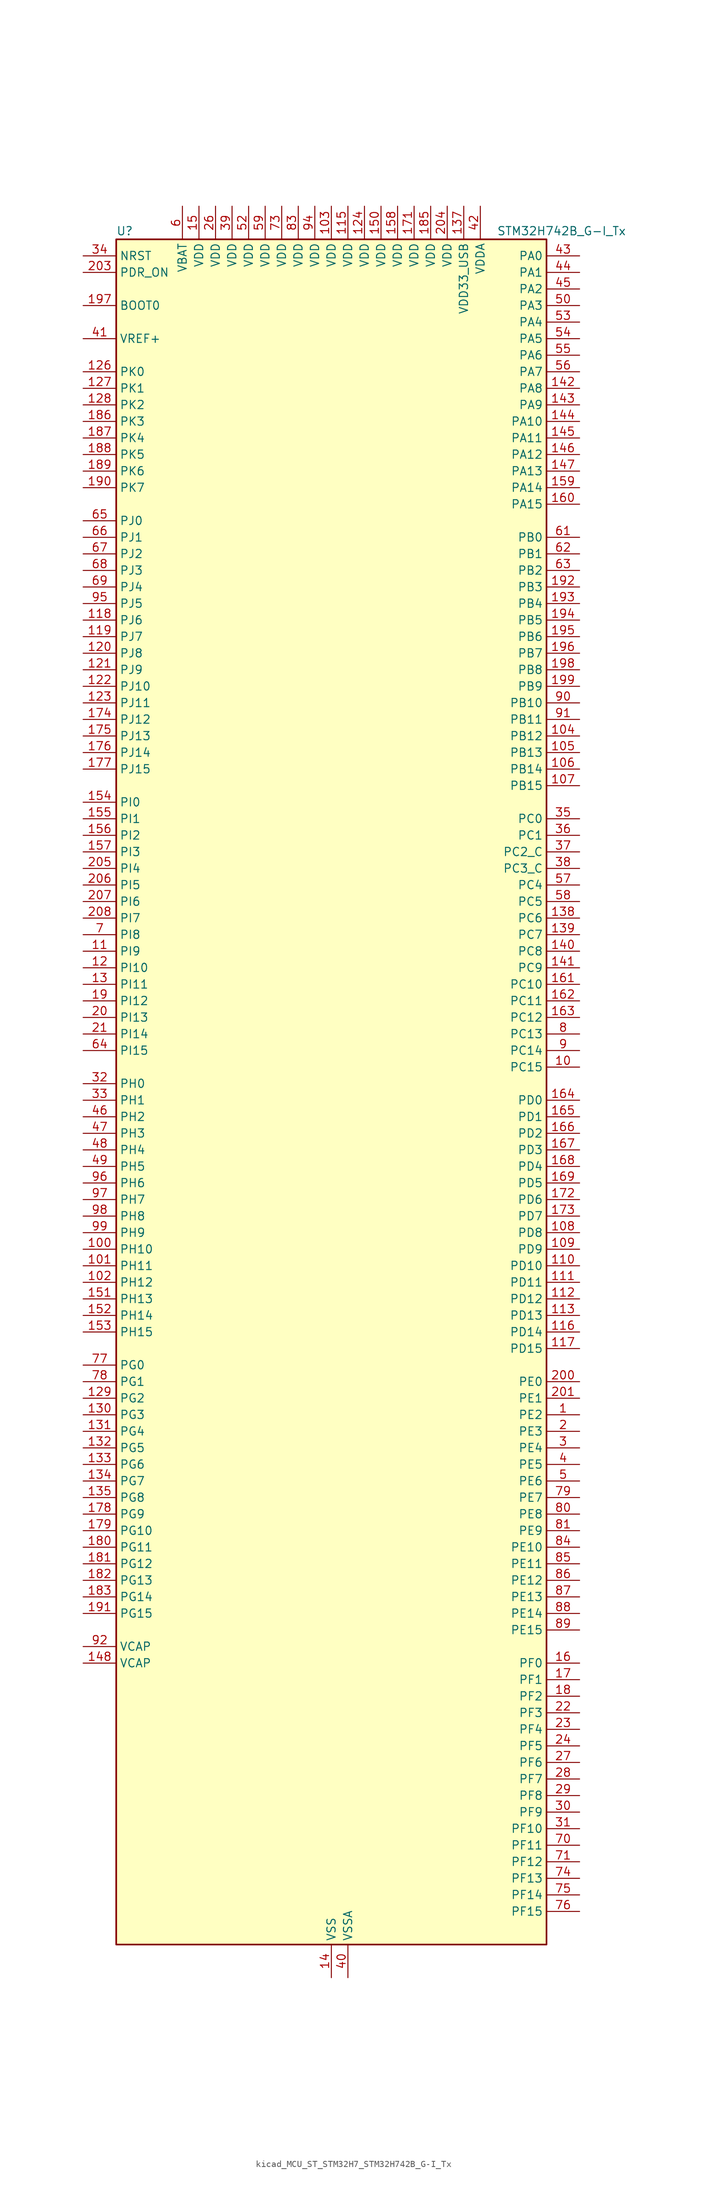
<source format=kicad_sym>
(kicad_symbol_lib
  (version 20220914)
  (generator kicad_symbol_editor)
  (symbol "kicad_MCU_ST_STM32H7_STM32H742B_G-I_Tx"
    (property "Reference" "U"
      (at -33.02 133.35 0)
      (effects (font (size 1.27 1.27)) (justify left)))
    (property "Value" "STM32H742B_G-I_Tx"
      (at 25.4 133.35 0)
      (effects (font (size 1.27 1.27)) (justify left)))
    (property "ki_locked" ""
      (at 0 0 0)
      (effects (font (size 1.27 1.27))))
    (symbol "kicad_MCU_ST_STM32H7_STM32H742B_G-I_Tx_0_1"
      (rectangle (start -33.02 -129.54) (end 33.02 132.08) (stroke (width 0.254) (type default)) (fill (type background))))
    (symbol "kicad_MCU_ST_STM32H7_STM32H742B_G-I_Tx_1_1"
      (pin bidirectional line (at 38.1 -48.26 180) (length 5.08) (name "PE2" (effects (font (size 1.27 1.27)))) (number "1" (effects (font (size 1.27 1.27)))) (alternate "DEBUG_TRACECLK" bidirectional line) (alternate "ETH_TXD3" bidirectional line) (alternate "FMC_A23" bidirectional line) (alternate "QUADSPI_BK1_IO2" bidirectional line) (alternate "SAI1_CK1" bidirectional line) (alternate "SAI1_MCLK_A" bidirectional line) (alternate "SAI4_CK1" bidirectional line) (alternate "SAI4_MCLK_A" bidirectional line) (alternate "SPI4_SCK" bidirectional line))
      (pin bidirectional line (at 38.1 5.08 180) (length 5.08) (name "PC15" (effects (font (size 1.27 1.27)))) (number "10" (effects (font (size 1.27 1.27)))) (alternate "ADC1_EXTI15" bidirectional line) (alternate "ADC2_EXTI15" bidirectional line) (alternate "ADC3_EXTI15" bidirectional line) (alternate "RCC_OSC32_OUT" bidirectional line))
      (pin bidirectional line (at -38.1 -22.86 0) (length 5.08) (name "PH10" (effects (font (size 1.27 1.27)))) (number "100" (effects (font (size 1.27 1.27)))) (alternate "DCMI_D1" bidirectional line) (alternate "FMC_D18" bidirectional line) (alternate "I2C4_SMBA" bidirectional line) (alternate "TIM5_CH1" bidirectional line))
      (pin bidirectional line (at -38.1 -25.4 0) (length 5.08) (name "PH11" (effects (font (size 1.27 1.27)))) (number "101" (effects (font (size 1.27 1.27)))) (alternate "ADC1_EXTI11" bidirectional line) (alternate "ADC2_EXTI11" bidirectional line) (alternate "ADC3_EXTI11" bidirectional line) (alternate "DCMI_D2" bidirectional line) (alternate "FMC_D19" bidirectional line) (alternate "I2C4_SCL" bidirectional line) (alternate "TIM5_CH2" bidirectional line))
      (pin bidirectional line (at -38.1 -27.94 0) (length 5.08) (name "PH12" (effects (font (size 1.27 1.27)))) (number "102" (effects (font (size 1.27 1.27)))) (alternate "DCMI_D3" bidirectional line) (alternate "FMC_D20" bidirectional line) (alternate "I2C4_SDA" bidirectional line) (alternate "TIM5_CH3" bidirectional line))
      (pin power_in line (at 0 137.16 270) (length 5.08) (name "VDD" (effects (font (size 1.27 1.27)))) (number "103" (effects (font (size 1.27 1.27)))))
      (pin bidirectional line (at 38.1 55.88 180) (length 5.08) (name "PB12" (effects (font (size 1.27 1.27)))) (number "104" (effects (font (size 1.27 1.27)))) (alternate "DFSDM1_DATIN1" bidirectional line) (alternate "ETH_TXD0" bidirectional line) (alternate "FDCAN2_RX" bidirectional line) (alternate "I2C2_SMBA" bidirectional line) (alternate "I2S2_WS" bidirectional line) (alternate "SPI2_NSS" bidirectional line) (alternate "TIM1_BKIN" bidirectional line) (alternate "TIM1_BKIN_COMP1" bidirectional line) (alternate "TIM1_BKIN_COMP2" bidirectional line) (alternate "UART5_RX" bidirectional line) (alternate "USART3_CK" bidirectional line) (alternate "USB_OTG_HS_ID" bidirectional line) (alternate "USB_OTG_HS_ULPI_D5" bidirectional line))
      (pin bidirectional line (at 38.1 53.34 180) (length 5.08) (name "PB13" (effects (font (size 1.27 1.27)))) (number "105" (effects (font (size 1.27 1.27)))) (alternate "DFSDM1_CKIN1" bidirectional line) (alternate "ETH_TXD1" bidirectional line) (alternate "FDCAN2_TX" bidirectional line) (alternate "I2S2_CK" bidirectional line) (alternate "LPTIM2_OUT" bidirectional line) (alternate "SPI2_SCK" bidirectional line) (alternate "TIM1_CH1N" bidirectional line) (alternate "UART5_TX" bidirectional line) (alternate "USART3_CTS" bidirectional line) (alternate "USART3_NSS" bidirectional line) (alternate "USB_OTG_HS_ULPI_D6" bidirectional line) (alternate "USB_OTG_HS_VBUS" bidirectional line))
      (pin bidirectional line (at 38.1 50.8 180) (length 5.08) (name "PB14" (effects (font (size 1.27 1.27)))) (number "106" (effects (font (size 1.27 1.27)))) (alternate "DFSDM1_DATIN2" bidirectional line) (alternate "I2S2_SDI" bidirectional line) (alternate "SDMMC2_D0" bidirectional line) (alternate "SPI2_MISO" bidirectional line) (alternate "TIM12_CH1" bidirectional line) (alternate "TIM1_CH2N" bidirectional line) (alternate "TIM8_CH2N" bidirectional line) (alternate "UART4_DE" bidirectional line) (alternate "UART4_RTS" bidirectional line) (alternate "USART1_TX" bidirectional line) (alternate "USART3_DE" bidirectional line) (alternate "USART3_RTS" bidirectional line) (alternate "USB_OTG_HS_DM" bidirectional line))
      (pin bidirectional line (at 38.1 48.26 180) (length 5.08) (name "PB15" (effects (font (size 1.27 1.27)))) (number "107" (effects (font (size 1.27 1.27)))) (alternate "ADC1_EXTI15" bidirectional line) (alternate "ADC2_EXTI15" bidirectional line) (alternate "ADC3_EXTI15" bidirectional line) (alternate "DFSDM1_CKIN2" bidirectional line) (alternate "I2S2_SDO" bidirectional line) (alternate "RTC_REFIN" bidirectional line) (alternate "SDMMC2_D1" bidirectional line) (alternate "SPI2_MOSI" bidirectional line) (alternate "TIM12_CH2" bidirectional line) (alternate "TIM1_CH3N" bidirectional line) (alternate "TIM8_CH3N" bidirectional line) (alternate "UART4_CTS" bidirectional line) (alternate "USART1_RX" bidirectional line) (alternate "USB_OTG_HS_DP" bidirectional line))
      (pin bidirectional line (at 38.1 -20.32 180) (length 5.08) (name "PD8" (effects (font (size 1.27 1.27)))) (number "108" (effects (font (size 1.27 1.27)))) (alternate "DFSDM1_CKIN3" bidirectional line) (alternate "FMC_D13" bidirectional line) (alternate "FMC_DA13" bidirectional line) (alternate "SAI3_SCK_B" bidirectional line) (alternate "SPDIFRX1_IN1" bidirectional line) (alternate "USART3_TX" bidirectional line))
      (pin bidirectional line (at 38.1 -22.86 180) (length 5.08) (name "PD9" (effects (font (size 1.27 1.27)))) (number "109" (effects (font (size 1.27 1.27)))) (alternate "DAC1_EXTI9" bidirectional line) (alternate "DFSDM1_DATIN3" bidirectional line) (alternate "FMC_D14" bidirectional line) (alternate "FMC_DA14" bidirectional line) (alternate "SAI3_SD_B" bidirectional line) (alternate "USART3_RX" bidirectional line))
      (pin bidirectional line (at -38.1 22.86 0) (length 5.08) (name "PI9" (effects (font (size 1.27 1.27)))) (number "11" (effects (font (size 1.27 1.27)))) (alternate "DAC1_EXTI9" bidirectional line) (alternate "FDCAN1_RX" bidirectional line) (alternate "FMC_D30" bidirectional line) (alternate "UART4_RX" bidirectional line))
      (pin bidirectional line (at 38.1 -25.4 180) (length 5.08) (name "PD10" (effects (font (size 1.27 1.27)))) (number "110" (effects (font (size 1.27 1.27)))) (alternate "DFSDM1_CKOUT" bidirectional line) (alternate "FMC_D15" bidirectional line) (alternate "FMC_DA15" bidirectional line) (alternate "SAI3_FS_B" bidirectional line) (alternate "USART3_CK" bidirectional line))
      (pin bidirectional line (at 38.1 -27.94 180) (length 5.08) (name "PD11" (effects (font (size 1.27 1.27)))) (number "111" (effects (font (size 1.27 1.27)))) (alternate "ADC1_EXTI11" bidirectional line) (alternate "ADC2_EXTI11" bidirectional line) (alternate "ADC3_EXTI11" bidirectional line) (alternate "FMC_A16" bidirectional line) (alternate "FMC_CLE" bidirectional line) (alternate "I2C4_SMBA" bidirectional line) (alternate "LPTIM2_IN2" bidirectional line) (alternate "QUADSPI_BK1_IO0" bidirectional line) (alternate "SAI2_SD_A" bidirectional line) (alternate "USART3_CTS" bidirectional line) (alternate "USART3_NSS" bidirectional line))
      (pin bidirectional line (at 38.1 -30.48 180) (length 5.08) (name "PD12" (effects (font (size 1.27 1.27)))) (number "112" (effects (font (size 1.27 1.27)))) (alternate "FMC_A17" bidirectional line) (alternate "FMC_ALE" bidirectional line) (alternate "I2C4_SCL" bidirectional line) (alternate "LPTIM1_IN1" bidirectional line) (alternate "LPTIM2_IN1" bidirectional line) (alternate "QUADSPI_BK1_IO1" bidirectional line) (alternate "SAI2_FS_A" bidirectional line) (alternate "TIM4_CH1" bidirectional line) (alternate "USART3_DE" bidirectional line) (alternate "USART3_RTS" bidirectional line))
      (pin bidirectional line (at 38.1 -33.02 180) (length 5.08) (name "PD13" (effects (font (size 1.27 1.27)))) (number "113" (effects (font (size 1.27 1.27)))) (alternate "FMC_A18" bidirectional line) (alternate "I2C4_SDA" bidirectional line) (alternate "LPTIM1_OUT" bidirectional line) (alternate "QUADSPI_BK1_IO3" bidirectional line) (alternate "SAI2_SCK_A" bidirectional line) (alternate "TIM4_CH2" bidirectional line))
      (pin passive line (at 0 -134.62 90) (length 5.08) hide (name "VSS" (effects (font (size 1.27 1.27)))) (number "114" (effects (font (size 1.27 1.27)))))
      (pin power_in line (at 2.54 137.16 270) (length 5.08) (name "VDD" (effects (font (size 1.27 1.27)))) (number "115" (effects (font (size 1.27 1.27)))))
      (pin bidirectional line (at 38.1 -35.56 180) (length 5.08) (name "PD14" (effects (font (size 1.27 1.27)))) (number "116" (effects (font (size 1.27 1.27)))) (alternate "FMC_D0" bidirectional line) (alternate "FMC_DA0" bidirectional line) (alternate "SAI3_MCLK_B" bidirectional line) (alternate "TIM4_CH3" bidirectional line) (alternate "UART8_CTS" bidirectional line))
      (pin bidirectional line (at 38.1 -38.1 180) (length 5.08) (name "PD15" (effects (font (size 1.27 1.27)))) (number "117" (effects (font (size 1.27 1.27)))) (alternate "ADC1_EXTI15" bidirectional line) (alternate "ADC2_EXTI15" bidirectional line) (alternate "ADC3_EXTI15" bidirectional line) (alternate "FMC_D1" bidirectional line) (alternate "FMC_DA1" bidirectional line) (alternate "SAI3_MCLK_A" bidirectional line) (alternate "TIM4_CH4" bidirectional line) (alternate "UART8_DE" bidirectional line) (alternate "UART8_RTS" bidirectional line))
      (pin bidirectional line (at -38.1 73.66 0) (length 5.08) (name "PJ6" (effects (font (size 1.27 1.27)))) (number "118" (effects (font (size 1.27 1.27)))) (alternate "TIM8_CH2" bidirectional line))
      (pin bidirectional line (at -38.1 71.12 0) (length 5.08) (name "PJ7" (effects (font (size 1.27 1.27)))) (number "119" (effects (font (size 1.27 1.27)))) (alternate "DEBUG_TRGIN" bidirectional line) (alternate "TIM8_CH2N" bidirectional line))
      (pin bidirectional line (at -38.1 20.32 0) (length 5.08) (name "PI10" (effects (font (size 1.27 1.27)))) (number "12" (effects (font (size 1.27 1.27)))) (alternate "ETH_RX_ER" bidirectional line) (alternate "FMC_D31" bidirectional line))
      (pin bidirectional line (at -38.1 68.58 0) (length 5.08) (name "PJ8" (effects (font (size 1.27 1.27)))) (number "120" (effects (font (size 1.27 1.27)))) (alternate "TIM1_CH3N" bidirectional line) (alternate "TIM8_CH1" bidirectional line) (alternate "UART8_TX" bidirectional line))
      (pin bidirectional line (at -38.1 66.04 0) (length 5.08) (name "PJ9" (effects (font (size 1.27 1.27)))) (number "121" (effects (font (size 1.27 1.27)))) (alternate "DAC1_EXTI9" bidirectional line) (alternate "TIM1_CH3" bidirectional line) (alternate "TIM8_CH1N" bidirectional line) (alternate "UART8_RX" bidirectional line))
      (pin bidirectional line (at -38.1 63.5 0) (length 5.08) (name "PJ10" (effects (font (size 1.27 1.27)))) (number "122" (effects (font (size 1.27 1.27)))) (alternate "SPI5_MOSI" bidirectional line) (alternate "TIM1_CH2N" bidirectional line) (alternate "TIM8_CH2" bidirectional line))
      (pin bidirectional line (at -38.1 60.96 0) (length 5.08) (name "PJ11" (effects (font (size 1.27 1.27)))) (number "123" (effects (font (size 1.27 1.27)))) (alternate "ADC1_EXTI11" bidirectional line) (alternate "ADC2_EXTI11" bidirectional line) (alternate "ADC3_EXTI11" bidirectional line) (alternate "SPI5_MISO" bidirectional line) (alternate "TIM1_CH2" bidirectional line) (alternate "TIM8_CH2N" bidirectional line))
      (pin power_in line (at 5.08 137.16 270) (length 5.08) (name "VDD" (effects (font (size 1.27 1.27)))) (number "124" (effects (font (size 1.27 1.27)))))
      (pin passive line (at 0 -134.62 90) (length 5.08) hide (name "VSS" (effects (font (size 1.27 1.27)))) (number "125" (effects (font (size 1.27 1.27)))))
      (pin bidirectional line (at -38.1 111.76 0) (length 5.08) (name "PK0" (effects (font (size 1.27 1.27)))) (number "126" (effects (font (size 1.27 1.27)))) (alternate "SPI5_SCK" bidirectional line) (alternate "TIM1_CH1N" bidirectional line) (alternate "TIM8_CH3" bidirectional line))
      (pin bidirectional line (at -38.1 109.22 0) (length 5.08) (name "PK1" (effects (font (size 1.27 1.27)))) (number "127" (effects (font (size 1.27 1.27)))) (alternate "SPI5_NSS" bidirectional line) (alternate "TIM1_CH1" bidirectional line) (alternate "TIM8_CH3N" bidirectional line))
      (pin bidirectional line (at -38.1 106.68 0) (length 5.08) (name "PK2" (effects (font (size 1.27 1.27)))) (number "128" (effects (font (size 1.27 1.27)))) (alternate "TIM1_BKIN" bidirectional line) (alternate "TIM1_BKIN_COMP1" bidirectional line) (alternate "TIM1_BKIN_COMP2" bidirectional line) (alternate "TIM8_BKIN" bidirectional line) (alternate "TIM8_BKIN_COMP1" bidirectional line) (alternate "TIM8_BKIN_COMP2" bidirectional line))
      (pin bidirectional line (at -38.1 -45.72 0) (length 5.08) (name "PG2" (effects (font (size 1.27 1.27)))) (number "129" (effects (font (size 1.27 1.27)))) (alternate "FMC_A12" bidirectional line) (alternate "TIM8_BKIN" bidirectional line) (alternate "TIM8_BKIN_COMP1" bidirectional line) (alternate "TIM8_BKIN_COMP2" bidirectional line))
      (pin bidirectional line (at -38.1 17.78 0) (length 5.08) (name "PI11" (effects (font (size 1.27 1.27)))) (number "13" (effects (font (size 1.27 1.27)))) (alternate "ADC1_EXTI11" bidirectional line) (alternate "ADC2_EXTI11" bidirectional line) (alternate "ADC3_EXTI11" bidirectional line) (alternate "PWR_WKUP4" bidirectional line) (alternate "USB_OTG_HS_ULPI_DIR" bidirectional line))
      (pin bidirectional line (at -38.1 -48.26 0) (length 5.08) (name "PG3" (effects (font (size 1.27 1.27)))) (number "130" (effects (font (size 1.27 1.27)))) (alternate "FMC_A13" bidirectional line) (alternate "TIM8_BKIN2" bidirectional line) (alternate "TIM8_BKIN2_COMP1" bidirectional line) (alternate "TIM8_BKIN2_COMP2" bidirectional line))
      (pin bidirectional line (at -38.1 -50.8 0) (length 5.08) (name "PG4" (effects (font (size 1.27 1.27)))) (number "131" (effects (font (size 1.27 1.27)))) (alternate "FMC_A14" bidirectional line) (alternate "FMC_BA0" bidirectional line) (alternate "TIM1_BKIN2" bidirectional line) (alternate "TIM1_BKIN2_COMP1" bidirectional line) (alternate "TIM1_BKIN2_COMP2" bidirectional line))
      (pin bidirectional line (at -38.1 -53.34 0) (length 5.08) (name "PG5" (effects (font (size 1.27 1.27)))) (number "132" (effects (font (size 1.27 1.27)))) (alternate "FMC_A15" bidirectional line) (alternate "FMC_BA1" bidirectional line) (alternate "TIM1_ETR" bidirectional line))
      (pin bidirectional line (at -38.1 -55.88 0) (length 5.08) (name "PG6" (effects (font (size 1.27 1.27)))) (number "133" (effects (font (size 1.27 1.27)))) (alternate "DCMI_D12" bidirectional line) (alternate "FMC_NE3" bidirectional line) (alternate "HRTIM_CHE1" bidirectional line) (alternate "QUADSPI_BK1_NCS" bidirectional line) (alternate "TIM17_BKIN" bidirectional line))
      (pin bidirectional line (at -38.1 -58.42 0) (length 5.08) (name "PG7" (effects (font (size 1.27 1.27)))) (number "134" (effects (font (size 1.27 1.27)))) (alternate "DCMI_D13" bidirectional line) (alternate "FMC_INT" bidirectional line) (alternate "HRTIM_CHE2" bidirectional line) (alternate "SAI1_MCLK_A" bidirectional line) (alternate "USART6_CK" bidirectional line))
      (pin bidirectional line (at -38.1 -60.96 0) (length 5.08) (name "PG8" (effects (font (size 1.27 1.27)))) (number "135" (effects (font (size 1.27 1.27)))) (alternate "ETH_PPS_OUT" bidirectional line) (alternate "FMC_SDCLK" bidirectional line) (alternate "SPDIFRX1_IN2" bidirectional line) (alternate "SPI6_NSS" bidirectional line) (alternate "TIM8_ETR" bidirectional line) (alternate "USART6_DE" bidirectional line) (alternate "USART6_RTS" bidirectional line))
      (pin passive line (at 0 -134.62 90) (length 5.08) hide (name "VSS" (effects (font (size 1.27 1.27)))) (number "136" (effects (font (size 1.27 1.27)))))
      (pin power_in line (at 20.32 137.16 270) (length 5.08) (name "VDD33_USB" (effects (font (size 1.27 1.27)))) (number "137" (effects (font (size 1.27 1.27)))))
      (pin bidirectional line (at 38.1 27.94 180) (length 5.08) (name "PC6" (effects (font (size 1.27 1.27)))) (number "138" (effects (font (size 1.27 1.27)))) (alternate "DCMI_D0" bidirectional line) (alternate "DFSDM1_CKIN3" bidirectional line) (alternate "FMC_NWAIT" bidirectional line) (alternate "HRTIM_CHA1" bidirectional line) (alternate "I2S2_MCK" bidirectional line) (alternate "SDMMC1_D0DIR" bidirectional line) (alternate "SDMMC1_D6" bidirectional line) (alternate "SDMMC2_D6" bidirectional line) (alternate "SWPMI1_IO" bidirectional line) (alternate "TIM3_CH1" bidirectional line) (alternate "TIM8_CH1" bidirectional line) (alternate "USART6_TX" bidirectional line))
      (pin bidirectional line (at 38.1 25.4 180) (length 5.08) (name "PC7" (effects (font (size 1.27 1.27)))) (number "139" (effects (font (size 1.27 1.27)))) (alternate "DCMI_D1" bidirectional line) (alternate "DEBUG_TRGIO" bidirectional line) (alternate "DFSDM1_DATIN3" bidirectional line) (alternate "FMC_NE1" bidirectional line) (alternate "HRTIM_CHA2" bidirectional line) (alternate "I2S3_MCK" bidirectional line) (alternate "SDMMC1_D123DIR" bidirectional line) (alternate "SDMMC1_D7" bidirectional line) (alternate "SDMMC2_D7" bidirectional line) (alternate "SWPMI1_TX" bidirectional line) (alternate "TIM3_CH2" bidirectional line) (alternate "TIM8_CH2" bidirectional line) (alternate "USART6_RX" bidirectional line))
      (pin power_in line (at 0 -134.62 90) (length 5.08) (name "VSS" (effects (font (size 1.27 1.27)))) (number "14" (effects (font (size 1.27 1.27)))))
      (pin bidirectional line (at 38.1 22.86 180) (length 5.08) (name "PC8" (effects (font (size 1.27 1.27)))) (number "140" (effects (font (size 1.27 1.27)))) (alternate "DCMI_D2" bidirectional line) (alternate "DEBUG_TRACED1" bidirectional line) (alternate "FMC_NCE" bidirectional line) (alternate "FMC_NE2" bidirectional line) (alternate "HRTIM_CHB1" bidirectional line) (alternate "SDMMC1_D0" bidirectional line) (alternate "SWPMI1_RX" bidirectional line) (alternate "TIM3_CH3" bidirectional line) (alternate "TIM8_CH3" bidirectional line) (alternate "UART5_DE" bidirectional line) (alternate "UART5_RTS" bidirectional line) (alternate "USART6_CK" bidirectional line))
      (pin bidirectional line (at 38.1 20.32 180) (length 5.08) (name "PC9" (effects (font (size 1.27 1.27)))) (number "141" (effects (font (size 1.27 1.27)))) (alternate "DAC1_EXTI9" bidirectional line) (alternate "DCMI_D3" bidirectional line) (alternate "I2C3_SDA" bidirectional line) (alternate "I2S_CKIN" bidirectional line) (alternate "QUADSPI_BK1_IO0" bidirectional line) (alternate "RCC_MCO_2" bidirectional line) (alternate "SDMMC1_D1" bidirectional line) (alternate "SWPMI1_SUSPEND" bidirectional line) (alternate "TIM3_CH4" bidirectional line) (alternate "TIM8_CH4" bidirectional line) (alternate "UART5_CTS" bidirectional line))
      (pin bidirectional line (at 38.1 109.22 180) (length 5.08) (name "PA8" (effects (font (size 1.27 1.27)))) (number "142" (effects (font (size 1.27 1.27)))) (alternate "HRTIM_CHB2" bidirectional line) (alternate "I2C3_SCL" bidirectional line) (alternate "RCC_MCO_1" bidirectional line) (alternate "TIM1_CH1" bidirectional line) (alternate "TIM8_BKIN2" bidirectional line) (alternate "TIM8_BKIN2_COMP1" bidirectional line) (alternate "TIM8_BKIN2_COMP2" bidirectional line) (alternate "UART7_RX" bidirectional line) (alternate "USART1_CK" bidirectional line) (alternate "USB_OTG_FS_SOF" bidirectional line))
      (pin bidirectional line (at 38.1 106.68 180) (length 5.08) (name "PA9" (effects (font (size 1.27 1.27)))) (number "143" (effects (font (size 1.27 1.27)))) (alternate "DAC1_EXTI9" bidirectional line) (alternate "DCMI_D0" bidirectional line) (alternate "HRTIM_CHC1" bidirectional line) (alternate "I2C3_SMBA" bidirectional line) (alternate "I2S2_CK" bidirectional line) (alternate "LPUART1_TX" bidirectional line) (alternate "SPI2_SCK" bidirectional line) (alternate "TIM1_CH2" bidirectional line) (alternate "USART1_TX" bidirectional line) (alternate "USB_OTG_FS_VBUS" bidirectional line))
      (pin bidirectional line (at 38.1 104.14 180) (length 5.08) (name "PA10" (effects (font (size 1.27 1.27)))) (number "144" (effects (font (size 1.27 1.27)))) (alternate "DCMI_D1" bidirectional line) (alternate "HRTIM_CHC2" bidirectional line) (alternate "LPUART1_RX" bidirectional line) (alternate "MDIOS_MDIO" bidirectional line) (alternate "TIM1_CH3" bidirectional line) (alternate "USART1_RX" bidirectional line) (alternate "USB_OTG_FS_ID" bidirectional line))
      (pin bidirectional line (at 38.1 101.6 180) (length 5.08) (name "PA11" (effects (font (size 1.27 1.27)))) (number "145" (effects (font (size 1.27 1.27)))) (alternate "ADC1_EXTI11" bidirectional line) (alternate "ADC2_EXTI11" bidirectional line) (alternate "ADC3_EXTI11" bidirectional line) (alternate "FDCAN1_RX" bidirectional line) (alternate "HRTIM_CHD1" bidirectional line) (alternate "I2S2_WS" bidirectional line) (alternate "LPUART1_CTS" bidirectional line) (alternate "SPI2_NSS" bidirectional line) (alternate "TIM1_CH4" bidirectional line) (alternate "UART4_RX" bidirectional line) (alternate "USART1_CTS" bidirectional line) (alternate "USART1_NSS" bidirectional line) (alternate "USB_OTG_FS_DM" bidirectional line))
      (pin bidirectional line (at 38.1 99.06 180) (length 5.08) (name "PA12" (effects (font (size 1.27 1.27)))) (number "146" (effects (font (size 1.27 1.27)))) (alternate "FDCAN1_TX" bidirectional line) (alternate "HRTIM_CHD2" bidirectional line) (alternate "I2S2_CK" bidirectional line) (alternate "LPUART1_DE" bidirectional line) (alternate "LPUART1_RTS" bidirectional line) (alternate "SAI2_FS_B" bidirectional line) (alternate "SPI2_SCK" bidirectional line) (alternate "TIM1_ETR" bidirectional line) (alternate "UART4_TX" bidirectional line) (alternate "USART1_DE" bidirectional line) (alternate "USART1_RTS" bidirectional line) (alternate "USB_OTG_FS_DP" bidirectional line))
      (pin bidirectional line (at 38.1 96.52 180) (length 5.08) (name "PA13" (effects (font (size 1.27 1.27)))) (number "147" (effects (font (size 1.27 1.27)))) (alternate "DEBUG_JTMS-SWDIO" bidirectional line))
      (pin power_out line (at -38.1 -86.36 0) (length 5.08) (name "VCAP" (effects (font (size 1.27 1.27)))) (number "148" (effects (font (size 1.27 1.27)))))
      (pin passive line (at 0 -134.62 90) (length 5.08) hide (name "VSS" (effects (font (size 1.27 1.27)))) (number "149" (effects (font (size 1.27 1.27)))))
      (pin power_in line (at -20.32 137.16 270) (length 5.08) (name "VDD" (effects (font (size 1.27 1.27)))) (number "15" (effects (font (size 1.27 1.27)))))
      (pin power_in line (at 7.62 137.16 270) (length 5.08) (name "VDD" (effects (font (size 1.27 1.27)))) (number "150" (effects (font (size 1.27 1.27)))))
      (pin bidirectional line (at -38.1 -30.48 0) (length 5.08) (name "PH13" (effects (font (size 1.27 1.27)))) (number "151" (effects (font (size 1.27 1.27)))) (alternate "FDCAN1_TX" bidirectional line) (alternate "FMC_D21" bidirectional line) (alternate "TIM8_CH1N" bidirectional line) (alternate "UART4_TX" bidirectional line))
      (pin bidirectional line (at -38.1 -33.02 0) (length 5.08) (name "PH14" (effects (font (size 1.27 1.27)))) (number "152" (effects (font (size 1.27 1.27)))) (alternate "DCMI_D4" bidirectional line) (alternate "FDCAN1_RX" bidirectional line) (alternate "FMC_D22" bidirectional line) (alternate "TIM8_CH2N" bidirectional line) (alternate "UART4_RX" bidirectional line))
      (pin bidirectional line (at -38.1 -35.56 0) (length 5.08) (name "PH15" (effects (font (size 1.27 1.27)))) (number "153" (effects (font (size 1.27 1.27)))) (alternate "ADC1_EXTI15" bidirectional line) (alternate "ADC2_EXTI15" bidirectional line) (alternate "ADC3_EXTI15" bidirectional line) (alternate "DCMI_D11" bidirectional line) (alternate "FMC_D23" bidirectional line) (alternate "TIM8_CH3N" bidirectional line))
      (pin bidirectional line (at -38.1 45.72 0) (length 5.08) (name "PI0" (effects (font (size 1.27 1.27)))) (number "154" (effects (font (size 1.27 1.27)))) (alternate "DCMI_D13" bidirectional line) (alternate "FMC_D24" bidirectional line) (alternate "I2S2_WS" bidirectional line) (alternate "SPI2_NSS" bidirectional line) (alternate "TIM5_CH4" bidirectional line))
      (pin bidirectional line (at -38.1 43.18 0) (length 5.08) (name "PI1" (effects (font (size 1.27 1.27)))) (number "155" (effects (font (size 1.27 1.27)))) (alternate "DCMI_D8" bidirectional line) (alternate "FMC_D25" bidirectional line) (alternate "I2S2_CK" bidirectional line) (alternate "SPI2_SCK" bidirectional line) (alternate "TIM8_BKIN2" bidirectional line) (alternate "TIM8_BKIN2_COMP1" bidirectional line) (alternate "TIM8_BKIN2_COMP2" bidirectional line))
      (pin bidirectional line (at -38.1 40.64 0) (length 5.08) (name "PI2" (effects (font (size 1.27 1.27)))) (number "156" (effects (font (size 1.27 1.27)))) (alternate "DCMI_D9" bidirectional line) (alternate "FMC_D26" bidirectional line) (alternate "I2S2_SDI" bidirectional line) (alternate "SPI2_MISO" bidirectional line) (alternate "TIM8_CH4" bidirectional line))
      (pin bidirectional line (at -38.1 38.1 0) (length 5.08) (name "PI3" (effects (font (size 1.27 1.27)))) (number "157" (effects (font (size 1.27 1.27)))) (alternate "DCMI_D10" bidirectional line) (alternate "FMC_D27" bidirectional line) (alternate "I2S2_SDO" bidirectional line) (alternate "SPI2_MOSI" bidirectional line) (alternate "TIM8_ETR" bidirectional line))
      (pin power_in line (at 10.16 137.16 270) (length 5.08) (name "VDD" (effects (font (size 1.27 1.27)))) (number "158" (effects (font (size 1.27 1.27)))))
      (pin bidirectional line (at 38.1 93.98 180) (length 5.08) (name "PA14" (effects (font (size 1.27 1.27)))) (number "159" (effects (font (size 1.27 1.27)))) (alternate "DEBUG_JTCK-SWCLK" bidirectional line))
      (pin bidirectional line (at 38.1 -86.36 180) (length 5.08) (name "PF0" (effects (font (size 1.27 1.27)))) (number "16" (effects (font (size 1.27 1.27)))) (alternate "FMC_A0" bidirectional line) (alternate "I2C2_SDA" bidirectional line))
      (pin bidirectional line (at 38.1 91.44 180) (length 5.08) (name "PA15" (effects (font (size 1.27 1.27)))) (number "160" (effects (font (size 1.27 1.27)))) (alternate "ADC1_EXTI15" bidirectional line) (alternate "ADC2_EXTI15" bidirectional line) (alternate "ADC3_EXTI15" bidirectional line) (alternate "CEC" bidirectional line) (alternate "DEBUG_JTDI" bidirectional line) (alternate "HRTIM_FLT1" bidirectional line) (alternate "I2S1_WS" bidirectional line) (alternate "I2S3_WS" bidirectional line) (alternate "SPI1_NSS" bidirectional line) (alternate "SPI3_NSS" bidirectional line) (alternate "SPI6_NSS" bidirectional line) (alternate "TIM2_CH1" bidirectional line) (alternate "TIM2_ETR" bidirectional line) (alternate "UART4_DE" bidirectional line) (alternate "UART4_RTS" bidirectional line) (alternate "UART7_TX" bidirectional line))
      (pin bidirectional line (at 38.1 17.78 180) (length 5.08) (name "PC10" (effects (font (size 1.27 1.27)))) (number "161" (effects (font (size 1.27 1.27)))) (alternate "DCMI_D8" bidirectional line) (alternate "DFSDM1_CKIN5" bidirectional line) (alternate "HRTIM_EEV1" bidirectional line) (alternate "I2S3_CK" bidirectional line) (alternate "QUADSPI_BK1_IO1" bidirectional line) (alternate "SDMMC1_D2" bidirectional line) (alternate "SPI3_SCK" bidirectional line) (alternate "UART4_TX" bidirectional line) (alternate "USART3_TX" bidirectional line))
      (pin bidirectional line (at 38.1 15.24 180) (length 5.08) (name "PC11" (effects (font (size 1.27 1.27)))) (number "162" (effects (font (size 1.27 1.27)))) (alternate "ADC1_EXTI11" bidirectional line) (alternate "ADC2_EXTI11" bidirectional line) (alternate "ADC3_EXTI11" bidirectional line) (alternate "DCMI_D4" bidirectional line) (alternate "DFSDM1_DATIN5" bidirectional line) (alternate "HRTIM_FLT2" bidirectional line) (alternate "I2S3_SDI" bidirectional line) (alternate "QUADSPI_BK2_NCS" bidirectional line) (alternate "SDMMC1_D3" bidirectional line) (alternate "SPI3_MISO" bidirectional line) (alternate "UART4_RX" bidirectional line) (alternate "USART3_RX" bidirectional line))
      (pin bidirectional line (at 38.1 12.7 180) (length 5.08) (name "PC12" (effects (font (size 1.27 1.27)))) (number "163" (effects (font (size 1.27 1.27)))) (alternate "DCMI_D9" bidirectional line) (alternate "DEBUG_TRACED3" bidirectional line) (alternate "HRTIM_EEV2" bidirectional line) (alternate "I2S3_SDO" bidirectional line) (alternate "SDMMC1_CK" bidirectional line) (alternate "SPI3_MOSI" bidirectional line) (alternate "UART5_TX" bidirectional line) (alternate "USART3_CK" bidirectional line))
      (pin bidirectional line (at 38.1 0 180) (length 5.08) (name "PD0" (effects (font (size 1.27 1.27)))) (number "164" (effects (font (size 1.27 1.27)))) (alternate "DFSDM1_CKIN6" bidirectional line) (alternate "FDCAN1_RX" bidirectional line) (alternate "FMC_D2" bidirectional line) (alternate "FMC_DA2" bidirectional line) (alternate "SAI3_SCK_A" bidirectional line) (alternate "UART4_RX" bidirectional line))
      (pin bidirectional line (at 38.1 -2.54 180) (length 5.08) (name "PD1" (effects (font (size 1.27 1.27)))) (number "165" (effects (font (size 1.27 1.27)))) (alternate "DFSDM1_DATIN6" bidirectional line) (alternate "FDCAN1_TX" bidirectional line) (alternate "FMC_D3" bidirectional line) (alternate "FMC_DA3" bidirectional line) (alternate "SAI3_SD_A" bidirectional line) (alternate "UART4_TX" bidirectional line))
      (pin bidirectional line (at 38.1 -5.08 180) (length 5.08) (name "PD2" (effects (font (size 1.27 1.27)))) (number "166" (effects (font (size 1.27 1.27)))) (alternate "DCMI_D11" bidirectional line) (alternate "DEBUG_TRACED2" bidirectional line) (alternate "SDMMC1_CMD" bidirectional line) (alternate "TIM3_ETR" bidirectional line) (alternate "UART5_RX" bidirectional line))
      (pin bidirectional line (at 38.1 -7.62 180) (length 5.08) (name "PD3" (effects (font (size 1.27 1.27)))) (number "167" (effects (font (size 1.27 1.27)))) (alternate "DCMI_D5" bidirectional line) (alternate "DFSDM1_CKOUT" bidirectional line) (alternate "FMC_CLK" bidirectional line) (alternate "I2S2_CK" bidirectional line) (alternate "SPI2_SCK" bidirectional line) (alternate "USART2_CTS" bidirectional line) (alternate "USART2_NSS" bidirectional line))
      (pin bidirectional line (at 38.1 -10.16 180) (length 5.08) (name "PD4" (effects (font (size 1.27 1.27)))) (number "168" (effects (font (size 1.27 1.27)))) (alternate "FMC_NOE" bidirectional line) (alternate "HRTIM_FLT3" bidirectional line) (alternate "SAI3_FS_A" bidirectional line) (alternate "USART2_DE" bidirectional line) (alternate "USART2_RTS" bidirectional line))
      (pin bidirectional line (at 38.1 -12.7 180) (length 5.08) (name "PD5" (effects (font (size 1.27 1.27)))) (number "169" (effects (font (size 1.27 1.27)))) (alternate "FMC_NWE" bidirectional line) (alternate "HRTIM_EEV3" bidirectional line) (alternate "USART2_TX" bidirectional line))
      (pin bidirectional line (at 38.1 -88.9 180) (length 5.08) (name "PF1" (effects (font (size 1.27 1.27)))) (number "17" (effects (font (size 1.27 1.27)))) (alternate "FMC_A1" bidirectional line) (alternate "I2C2_SCL" bidirectional line))
      (pin passive line (at 0 -134.62 90) (length 5.08) hide (name "VSS" (effects (font (size 1.27 1.27)))) (number "170" (effects (font (size 1.27 1.27)))))
      (pin power_in line (at 12.7 137.16 270) (length 5.08) (name "VDD" (effects (font (size 1.27 1.27)))) (number "171" (effects (font (size 1.27 1.27)))))
      (pin bidirectional line (at 38.1 -15.24 180) (length 5.08) (name "PD6" (effects (font (size 1.27 1.27)))) (number "172" (effects (font (size 1.27 1.27)))) (alternate "DCMI_D10" bidirectional line) (alternate "DFSDM1_CKIN4" bidirectional line) (alternate "DFSDM1_DATIN1" bidirectional line) (alternate "FMC_NWAIT" bidirectional line) (alternate "I2S3_SDO" bidirectional line) (alternate "SAI1_D1" bidirectional line) (alternate "SAI1_SD_A" bidirectional line) (alternate "SAI4_D1" bidirectional line) (alternate "SAI4_SD_A" bidirectional line) (alternate "SDMMC2_CK" bidirectional line) (alternate "SPI3_MOSI" bidirectional line) (alternate "USART2_RX" bidirectional line))
      (pin bidirectional line (at 38.1 -17.78 180) (length 5.08) (name "PD7" (effects (font (size 1.27 1.27)))) (number "173" (effects (font (size 1.27 1.27)))) (alternate "DFSDM1_CKIN1" bidirectional line) (alternate "DFSDM1_DATIN4" bidirectional line) (alternate "FMC_NE1" bidirectional line) (alternate "I2S1_SDO" bidirectional line) (alternate "SDMMC2_CMD" bidirectional line) (alternate "SPDIFRX1_IN0" bidirectional line) (alternate "SPI1_MOSI" bidirectional line) (alternate "USART2_CK" bidirectional line))
      (pin bidirectional line (at -38.1 58.42 0) (length 5.08) (name "PJ12" (effects (font (size 1.27 1.27)))) (number "174" (effects (font (size 1.27 1.27)))) (alternate "DEBUG_TRGOUT" bidirectional line))
      (pin bidirectional line (at -38.1 55.88 0) (length 5.08) (name "PJ13" (effects (font (size 1.27 1.27)))) (number "175" (effects (font (size 1.27 1.27)))))
      (pin bidirectional line (at -38.1 53.34 0) (length 5.08) (name "PJ14" (effects (font (size 1.27 1.27)))) (number "176" (effects (font (size 1.27 1.27)))))
      (pin bidirectional line (at -38.1 50.8 0) (length 5.08) (name "PJ15" (effects (font (size 1.27 1.27)))) (number "177" (effects (font (size 1.27 1.27)))) (alternate "ADC1_EXTI15" bidirectional line) (alternate "ADC2_EXTI15" bidirectional line) (alternate "ADC3_EXTI15" bidirectional line))
      (pin bidirectional line (at -38.1 -63.5 0) (length 5.08) (name "PG9" (effects (font (size 1.27 1.27)))) (number "178" (effects (font (size 1.27 1.27)))) (alternate "DAC1_EXTI9" bidirectional line) (alternate "DCMI_VSYNC" bidirectional line) (alternate "FMC_NCE" bidirectional line) (alternate "FMC_NE2" bidirectional line) (alternate "I2S1_SDI" bidirectional line) (alternate "QUADSPI_BK2_IO2" bidirectional line) (alternate "SAI2_FS_B" bidirectional line) (alternate "SPDIFRX1_IN3" bidirectional line) (alternate "SPI1_MISO" bidirectional line) (alternate "USART6_RX" bidirectional line))
      (pin bidirectional line (at -38.1 -66.04 0) (length 5.08) (name "PG10" (effects (font (size 1.27 1.27)))) (number "179" (effects (font (size 1.27 1.27)))) (alternate "DCMI_D2" bidirectional line) (alternate "FMC_NE3" bidirectional line) (alternate "HRTIM_FLT5" bidirectional line) (alternate "I2S1_WS" bidirectional line) (alternate "SAI2_SD_B" bidirectional line) (alternate "SPI1_NSS" bidirectional line))
      (pin bidirectional line (at 38.1 -91.44 180) (length 5.08) (name "PF2" (effects (font (size 1.27 1.27)))) (number "18" (effects (font (size 1.27 1.27)))) (alternate "FMC_A2" bidirectional line) (alternate "I2C2_SMBA" bidirectional line))
      (pin bidirectional line (at -38.1 -68.58 0) (length 5.08) (name "PG11" (effects (font (size 1.27 1.27)))) (number "180" (effects (font (size 1.27 1.27)))) (alternate "ADC1_EXTI11" bidirectional line) (alternate "ADC2_EXTI11" bidirectional line) (alternate "ADC3_EXTI11" bidirectional line) (alternate "DCMI_D3" bidirectional line) (alternate "ETH_TX_EN" bidirectional line) (alternate "HRTIM_EEV4" bidirectional line) (alternate "I2S1_CK" bidirectional line) (alternate "LPTIM1_IN2" bidirectional line) (alternate "SDMMC2_D2" bidirectional line) (alternate "SPDIFRX1_IN0" bidirectional line) (alternate "SPI1_SCK" bidirectional line))
      (pin bidirectional line (at -38.1 -71.12 0) (length 5.08) (name "PG12" (effects (font (size 1.27 1.27)))) (number "181" (effects (font (size 1.27 1.27)))) (alternate "ETH_TXD1" bidirectional line) (alternate "FMC_NE4" bidirectional line) (alternate "HRTIM_EEV5" bidirectional line) (alternate "LPTIM1_IN1" bidirectional line) (alternate "SPDIFRX1_IN1" bidirectional line) (alternate "SPI6_MISO" bidirectional line) (alternate "USART6_DE" bidirectional line) (alternate "USART6_RTS" bidirectional line))
      (pin bidirectional line (at -38.1 -73.66 0) (length 5.08) (name "PG13" (effects (font (size 1.27 1.27)))) (number "182" (effects (font (size 1.27 1.27)))) (alternate "DEBUG_TRACED0" bidirectional line) (alternate "ETH_TXD0" bidirectional line) (alternate "FMC_A24" bidirectional line) (alternate "HRTIM_EEV10" bidirectional line) (alternate "LPTIM1_OUT" bidirectional line) (alternate "SPI6_SCK" bidirectional line) (alternate "USART6_CTS" bidirectional line) (alternate "USART6_NSS" bidirectional line))
      (pin bidirectional line (at -38.1 -76.2 0) (length 5.08) (name "PG14" (effects (font (size 1.27 1.27)))) (number "183" (effects (font (size 1.27 1.27)))) (alternate "DEBUG_TRACED1" bidirectional line) (alternate "ETH_TXD1" bidirectional line) (alternate "FMC_A25" bidirectional line) (alternate "LPTIM1_ETR" bidirectional line) (alternate "QUADSPI_BK2_IO3" bidirectional line) (alternate "SPI6_MOSI" bidirectional line) (alternate "USART6_TX" bidirectional line))
      (pin passive line (at 0 -134.62 90) (length 5.08) hide (name "VSS" (effects (font (size 1.27 1.27)))) (number "184" (effects (font (size 1.27 1.27)))))
      (pin power_in line (at 15.24 137.16 270) (length 5.08) (name "VDD" (effects (font (size 1.27 1.27)))) (number "185" (effects (font (size 1.27 1.27)))))
      (pin bidirectional line (at -38.1 104.14 0) (length 5.08) (name "PK3" (effects (font (size 1.27 1.27)))) (number "186" (effects (font (size 1.27 1.27)))))
      (pin bidirectional line (at -38.1 101.6 0) (length 5.08) (name "PK4" (effects (font (size 1.27 1.27)))) (number "187" (effects (font (size 1.27 1.27)))))
      (pin bidirectional line (at -38.1 99.06 0) (length 5.08) (name "PK5" (effects (font (size 1.27 1.27)))) (number "188" (effects (font (size 1.27 1.27)))))
      (pin bidirectional line (at -38.1 96.52 0) (length 5.08) (name "PK6" (effects (font (size 1.27 1.27)))) (number "189" (effects (font (size 1.27 1.27)))))
      (pin bidirectional line (at -38.1 15.24 0) (length 5.08) (name "PI12" (effects (font (size 1.27 1.27)))) (number "19" (effects (font (size 1.27 1.27)))))
      (pin bidirectional line (at -38.1 93.98 0) (length 5.08) (name "PK7" (effects (font (size 1.27 1.27)))) (number "190" (effects (font (size 1.27 1.27)))))
      (pin bidirectional line (at -38.1 -78.74 0) (length 5.08) (name "PG15" (effects (font (size 1.27 1.27)))) (number "191" (effects (font (size 1.27 1.27)))) (alternate "ADC1_EXTI15" bidirectional line) (alternate "ADC2_EXTI15" bidirectional line) (alternate "ADC3_EXTI15" bidirectional line) (alternate "DCMI_D13" bidirectional line) (alternate "FMC_SDNCAS" bidirectional line) (alternate "USART6_CTS" bidirectional line) (alternate "USART6_NSS" bidirectional line))
      (pin bidirectional line (at 38.1 78.74 180) (length 5.08) (name "PB3" (effects (font (size 1.27 1.27)))) (number "192" (effects (font (size 1.27 1.27)))) (alternate "CRS_SYNC" bidirectional line) (alternate "DEBUG_JTDO-SWO" bidirectional line) (alternate "HRTIM_FLT4" bidirectional line) (alternate "I2S1_CK" bidirectional line) (alternate "I2S3_CK" bidirectional line) (alternate "SDMMC2_D2" bidirectional line) (alternate "SPI1_SCK" bidirectional line) (alternate "SPI3_SCK" bidirectional line) (alternate "SPI6_SCK" bidirectional line) (alternate "TIM2_CH2" bidirectional line) (alternate "UART7_RX" bidirectional line))
      (pin bidirectional line (at 38.1 76.2 180) (length 5.08) (name "PB4" (effects (font (size 1.27 1.27)))) (number "193" (effects (font (size 1.27 1.27)))) (alternate "DEBUG_JTRST" bidirectional line) (alternate "HRTIM_EEV6" bidirectional line) (alternate "I2S1_SDI" bidirectional line) (alternate "I2S2_WS" bidirectional line) (alternate "I2S3_SDI" bidirectional line) (alternate "SDMMC2_D3" bidirectional line) (alternate "SPI1_MISO" bidirectional line) (alternate "SPI2_NSS" bidirectional line) (alternate "SPI3_MISO" bidirectional line) (alternate "SPI6_MISO" bidirectional line) (alternate "TIM16_BKIN" bidirectional line) (alternate "TIM3_CH1" bidirectional line) (alternate "UART7_TX" bidirectional line))
      (pin bidirectional line (at 38.1 73.66 180) (length 5.08) (name "PB5" (effects (font (size 1.27 1.27)))) (number "194" (effects (font (size 1.27 1.27)))) (alternate "DCMI_D10" bidirectional line) (alternate "ETH_PPS_OUT" bidirectional line) (alternate "FDCAN2_RX" bidirectional line) (alternate "FMC_SDCKE1" bidirectional line) (alternate "HRTIM_EEV7" bidirectional line) (alternate "I2C1_SMBA" bidirectional line) (alternate "I2C4_SMBA" bidirectional line) (alternate "I2S1_SDO" bidirectional line) (alternate "I2S3_SDO" bidirectional line) (alternate "SPI1_MOSI" bidirectional line) (alternate "SPI3_MOSI" bidirectional line) (alternate "SPI6_MOSI" bidirectional line) (alternate "TIM17_BKIN" bidirectional line) (alternate "TIM3_CH2" bidirectional line) (alternate "UART5_RX" bidirectional line) (alternate "USB_OTG_HS_ULPI_D7" bidirectional line))
      (pin bidirectional line (at 38.1 71.12 180) (length 5.08) (name "PB6" (effects (font (size 1.27 1.27)))) (number "195" (effects (font (size 1.27 1.27)))) (alternate "CEC" bidirectional line) (alternate "DCMI_D5" bidirectional line) (alternate "DFSDM1_DATIN5" bidirectional line) (alternate "FDCAN2_TX" bidirectional line) (alternate "FMC_SDNE1" bidirectional line) (alternate "HRTIM_EEV8" bidirectional line) (alternate "I2C1_SCL" bidirectional line) (alternate "I2C4_SCL" bidirectional line) (alternate "LPUART1_TX" bidirectional line) (alternate "QUADSPI_BK1_NCS" bidirectional line) (alternate "TIM16_CH1N" bidirectional line) (alternate "TIM4_CH1" bidirectional line) (alternate "UART5_TX" bidirectional line) (alternate "USART1_TX" bidirectional line))
      (pin bidirectional line (at 38.1 68.58 180) (length 5.08) (name "PB7" (effects (font (size 1.27 1.27)))) (number "196" (effects (font (size 1.27 1.27)))) (alternate "DCMI_VSYNC" bidirectional line) (alternate "DFSDM1_CKIN5" bidirectional line) (alternate "FMC_NL" bidirectional line) (alternate "HRTIM_EEV9" bidirectional line) (alternate "I2C1_SDA" bidirectional line) (alternate "I2C4_SDA" bidirectional line) (alternate "LPUART1_RX" bidirectional line) (alternate "PWR_PVD_IN" bidirectional line) (alternate "TIM17_CH1N" bidirectional line) (alternate "TIM4_CH2" bidirectional line) (alternate "USART1_RX" bidirectional line))
      (pin input line (at -38.1 121.92 0) (length 5.08) (name "BOOT0" (effects (font (size 1.27 1.27)))) (number "197" (effects (font (size 1.27 1.27)))))
      (pin bidirectional line (at 38.1 66.04 180) (length 5.08) (name "PB8" (effects (font (size 1.27 1.27)))) (number "198" (effects (font (size 1.27 1.27)))) (alternate "DCMI_D6" bidirectional line) (alternate "DFSDM1_CKIN7" bidirectional line) (alternate "ETH_TXD3" bidirectional line) (alternate "FDCAN1_RX" bidirectional line) (alternate "I2C1_SCL" bidirectional line) (alternate "I2C4_SCL" bidirectional line) (alternate "SDMMC1_CKIN" bidirectional line) (alternate "SDMMC1_D4" bidirectional line) (alternate "SDMMC2_D4" bidirectional line) (alternate "TIM16_CH1" bidirectional line) (alternate "TIM4_CH3" bidirectional line) (alternate "UART4_RX" bidirectional line))
      (pin bidirectional line (at 38.1 63.5 180) (length 5.08) (name "PB9" (effects (font (size 1.27 1.27)))) (number "199" (effects (font (size 1.27 1.27)))) (alternate "DAC1_EXTI9" bidirectional line) (alternate "DCMI_D7" bidirectional line) (alternate "DFSDM1_DATIN7" bidirectional line) (alternate "FDCAN1_TX" bidirectional line) (alternate "I2C1_SDA" bidirectional line) (alternate "I2C4_SDA" bidirectional line) (alternate "I2C4_SMBA" bidirectional line) (alternate "I2S2_WS" bidirectional line) (alternate "SDMMC1_CDIR" bidirectional line) (alternate "SDMMC1_D5" bidirectional line) (alternate "SDMMC2_D5" bidirectional line) (alternate "SPI2_NSS" bidirectional line) (alternate "TIM17_CH1" bidirectional line) (alternate "TIM4_CH4" bidirectional line) (alternate "UART4_TX" bidirectional line))
      (pin bidirectional line (at 38.1 -50.8 180) (length 5.08) (name "PE3" (effects (font (size 1.27 1.27)))) (number "2" (effects (font (size 1.27 1.27)))) (alternate "DEBUG_TRACED0" bidirectional line) (alternate "FMC_A19" bidirectional line) (alternate "SAI1_SD_B" bidirectional line) (alternate "SAI4_SD_B" bidirectional line) (alternate "TIM15_BKIN" bidirectional line))
      (pin bidirectional line (at -38.1 12.7 0) (length 5.08) (name "PI13" (effects (font (size 1.27 1.27)))) (number "20" (effects (font (size 1.27 1.27)))))
      (pin bidirectional line (at 38.1 -43.18 180) (length 5.08) (name "PE0" (effects (font (size 1.27 1.27)))) (number "200" (effects (font (size 1.27 1.27)))) (alternate "DCMI_D2" bidirectional line) (alternate "FMC_NBL0" bidirectional line) (alternate "HRTIM_SCIN" bidirectional line) (alternate "LPTIM1_ETR" bidirectional line) (alternate "LPTIM2_ETR" bidirectional line) (alternate "SAI2_MCLK_A" bidirectional line) (alternate "TIM4_ETR" bidirectional line) (alternate "UART8_RX" bidirectional line))
      (pin bidirectional line (at 38.1 -45.72 180) (length 5.08) (name "PE1" (effects (font (size 1.27 1.27)))) (number "201" (effects (font (size 1.27 1.27)))) (alternate "DCMI_D3" bidirectional line) (alternate "FMC_NBL1" bidirectional line) (alternate "HRTIM_SCOUT" bidirectional line) (alternate "LPTIM1_IN2" bidirectional line) (alternate "UART8_TX" bidirectional line))
      (pin passive line (at 0 -134.62 90) (length 5.08) hide (name "VSS" (effects (font (size 1.27 1.27)))) (number "202" (effects (font (size 1.27 1.27)))))
      (pin input line (at -38.1 127 0) (length 5.08) (name "PDR_ON" (effects (font (size 1.27 1.27)))) (number "203" (effects (font (size 1.27 1.27)))))
      (pin power_in line (at 17.78 137.16 270) (length 5.08) (name "VDD" (effects (font (size 1.27 1.27)))) (number "204" (effects (font (size 1.27 1.27)))))
      (pin bidirectional line (at -38.1 35.56 0) (length 5.08) (name "PI4" (effects (font (size 1.27 1.27)))) (number "205" (effects (font (size 1.27 1.27)))) (alternate "DCMI_D5" bidirectional line) (alternate "FMC_NBL2" bidirectional line) (alternate "SAI2_MCLK_A" bidirectional line) (alternate "TIM8_BKIN" bidirectional line) (alternate "TIM8_BKIN_COMP1" bidirectional line) (alternate "TIM8_BKIN_COMP2" bidirectional line))
      (pin bidirectional line (at -38.1 33.02 0) (length 5.08) (name "PI5" (effects (font (size 1.27 1.27)))) (number "206" (effects (font (size 1.27 1.27)))) (alternate "DCMI_VSYNC" bidirectional line) (alternate "FMC_NBL3" bidirectional line) (alternate "SAI2_SCK_A" bidirectional line) (alternate "TIM8_CH1" bidirectional line))
      (pin bidirectional line (at -38.1 30.48 0) (length 5.08) (name "PI6" (effects (font (size 1.27 1.27)))) (number "207" (effects (font (size 1.27 1.27)))) (alternate "DCMI_D6" bidirectional line) (alternate "FMC_D28" bidirectional line) (alternate "SAI2_SD_A" bidirectional line) (alternate "TIM8_CH2" bidirectional line))
      (pin bidirectional line (at -38.1 27.94 0) (length 5.08) (name "PI7" (effects (font (size 1.27 1.27)))) (number "208" (effects (font (size 1.27 1.27)))) (alternate "DCMI_D7" bidirectional line) (alternate "FMC_D29" bidirectional line) (alternate "SAI2_FS_A" bidirectional line) (alternate "TIM8_CH3" bidirectional line))
      (pin bidirectional line (at -38.1 10.16 0) (length 5.08) (name "PI14" (effects (font (size 1.27 1.27)))) (number "21" (effects (font (size 1.27 1.27)))))
      (pin bidirectional line (at 38.1 -93.98 180) (length 5.08) (name "PF3" (effects (font (size 1.27 1.27)))) (number "22" (effects (font (size 1.27 1.27)))) (alternate "ADC3_INP5" bidirectional line) (alternate "FMC_A3" bidirectional line))
      (pin bidirectional line (at 38.1 -96.52 180) (length 5.08) (name "PF4" (effects (font (size 1.27 1.27)))) (number "23" (effects (font (size 1.27 1.27)))) (alternate "ADC3_INN5" bidirectional line) (alternate "ADC3_INP9" bidirectional line) (alternate "FMC_A4" bidirectional line))
      (pin bidirectional line (at 38.1 -99.06 180) (length 5.08) (name "PF5" (effects (font (size 1.27 1.27)))) (number "24" (effects (font (size 1.27 1.27)))) (alternate "ADC3_INP4" bidirectional line) (alternate "FMC_A5" bidirectional line))
      (pin passive line (at 0 -134.62 90) (length 5.08) hide (name "VSS" (effects (font (size 1.27 1.27)))) (number "25" (effects (font (size 1.27 1.27)))))
      (pin power_in line (at -17.78 137.16 270) (length 5.08) (name "VDD" (effects (font (size 1.27 1.27)))) (number "26" (effects (font (size 1.27 1.27)))))
      (pin bidirectional line (at 38.1 -101.6 180) (length 5.08) (name "PF6" (effects (font (size 1.27 1.27)))) (number "27" (effects (font (size 1.27 1.27)))) (alternate "ADC3_INN4" bidirectional line) (alternate "ADC3_INP8" bidirectional line) (alternate "QUADSPI_BK1_IO3" bidirectional line) (alternate "SAI1_SD_B" bidirectional line) (alternate "SAI4_SD_B" bidirectional line) (alternate "SPI5_NSS" bidirectional line) (alternate "TIM16_CH1" bidirectional line) (alternate "UART7_RX" bidirectional line))
      (pin bidirectional line (at 38.1 -104.14 180) (length 5.08) (name "PF7" (effects (font (size 1.27 1.27)))) (number "28" (effects (font (size 1.27 1.27)))) (alternate "ADC3_INP3" bidirectional line) (alternate "QUADSPI_BK1_IO2" bidirectional line) (alternate "SAI1_MCLK_B" bidirectional line) (alternate "SAI4_MCLK_B" bidirectional line) (alternate "SPI5_SCK" bidirectional line) (alternate "TIM17_CH1" bidirectional line) (alternate "UART7_TX" bidirectional line))
      (pin bidirectional line (at 38.1 -106.68 180) (length 5.08) (name "PF8" (effects (font (size 1.27 1.27)))) (number "29" (effects (font (size 1.27 1.27)))) (alternate "ADC3_INN3" bidirectional line) (alternate "ADC3_INP7" bidirectional line) (alternate "QUADSPI_BK1_IO0" bidirectional line) (alternate "SAI1_SCK_B" bidirectional line) (alternate "SAI4_SCK_B" bidirectional line) (alternate "SPI5_MISO" bidirectional line) (alternate "TIM13_CH1" bidirectional line) (alternate "TIM16_CH1N" bidirectional line) (alternate "UART7_DE" bidirectional line) (alternate "UART7_RTS" bidirectional line))
      (pin bidirectional line (at 38.1 -53.34 180) (length 5.08) (name "PE4" (effects (font (size 1.27 1.27)))) (number "3" (effects (font (size 1.27 1.27)))) (alternate "DCMI_D4" bidirectional line) (alternate "DEBUG_TRACED1" bidirectional line) (alternate "DFSDM1_DATIN3" bidirectional line) (alternate "FMC_A20" bidirectional line) (alternate "SAI1_D2" bidirectional line) (alternate "SAI1_FS_A" bidirectional line) (alternate "SAI4_D2" bidirectional line) (alternate "SAI4_FS_A" bidirectional line) (alternate "SPI4_NSS" bidirectional line) (alternate "TIM15_CH1N" bidirectional line))
      (pin bidirectional line (at 38.1 -109.22 180) (length 5.08) (name "PF9" (effects (font (size 1.27 1.27)))) (number "30" (effects (font (size 1.27 1.27)))) (alternate "ADC3_INP2" bidirectional line) (alternate "DAC1_EXTI9" bidirectional line) (alternate "QUADSPI_BK1_IO1" bidirectional line) (alternate "SAI1_FS_B" bidirectional line) (alternate "SAI4_FS_B" bidirectional line) (alternate "SPI5_MOSI" bidirectional line) (alternate "TIM14_CH1" bidirectional line) (alternate "TIM17_CH1N" bidirectional line) (alternate "UART7_CTS" bidirectional line))
      (pin bidirectional line (at 38.1 -111.76 180) (length 5.08) (name "PF10" (effects (font (size 1.27 1.27)))) (number "31" (effects (font (size 1.27 1.27)))) (alternate "ADC3_INN2" bidirectional line) (alternate "ADC3_INP6" bidirectional line) (alternate "DCMI_D11" bidirectional line) (alternate "QUADSPI_CLK" bidirectional line) (alternate "SAI1_D3" bidirectional line) (alternate "SAI4_D3" bidirectional line) (alternate "TIM16_BKIN" bidirectional line))
      (pin bidirectional line (at -38.1 2.54 0) (length 5.08) (name "PH0" (effects (font (size 1.27 1.27)))) (number "32" (effects (font (size 1.27 1.27)))) (alternate "RCC_OSC_IN" bidirectional line))
      (pin bidirectional line (at -38.1 0 0) (length 5.08) (name "PH1" (effects (font (size 1.27 1.27)))) (number "33" (effects (font (size 1.27 1.27)))) (alternate "RCC_OSC_OUT" bidirectional line))
      (pin input line (at -38.1 129.54 0) (length 5.08) (name "NRST" (effects (font (size 1.27 1.27)))) (number "34" (effects (font (size 1.27 1.27)))))
      (pin bidirectional line (at 38.1 43.18 180) (length 5.08) (name "PC0" (effects (font (size 1.27 1.27)))) (number "35" (effects (font (size 1.27 1.27)))) (alternate "ADC1_INP10" bidirectional line) (alternate "ADC2_INP10" bidirectional line) (alternate "ADC3_INP10" bidirectional line) (alternate "DFSDM1_CKIN0" bidirectional line) (alternate "DFSDM1_DATIN4" bidirectional line) (alternate "FMC_SDNWE" bidirectional line) (alternate "SAI2_FS_B" bidirectional line) (alternate "USB_OTG_HS_ULPI_STP" bidirectional line))
      (pin bidirectional line (at 38.1 40.64 180) (length 5.08) (name "PC1" (effects (font (size 1.27 1.27)))) (number "36" (effects (font (size 1.27 1.27)))) (alternate "ADC1_INN10" bidirectional line) (alternate "ADC1_INP11" bidirectional line) (alternate "ADC2_INN10" bidirectional line) (alternate "ADC2_INP11" bidirectional line) (alternate "ADC3_INN10" bidirectional line) (alternate "ADC3_INP11" bidirectional line) (alternate "DEBUG_TRACED0" bidirectional line) (alternate "DFSDM1_CKIN4" bidirectional line) (alternate "DFSDM1_DATIN0" bidirectional line) (alternate "ETH_MDC" bidirectional line) (alternate "I2S2_SDO" bidirectional line) (alternate "MDIOS_MDC" bidirectional line) (alternate "PWR_WKUP5" bidirectional line) (alternate "RTC_TAMP3" bidirectional line) (alternate "SAI1_D1" bidirectional line) (alternate "SAI1_SD_A" bidirectional line) (alternate "SAI4_D1" bidirectional line) (alternate "SAI4_SD_A" bidirectional line) (alternate "SDMMC2_CK" bidirectional line) (alternate "SPI2_MOSI" bidirectional line))
      (pin bidirectional line (at 38.1 38.1 180) (length 5.08) (name "PC2_C" (effects (font (size 1.27 1.27)))) (number "37" (effects (font (size 1.27 1.27)))) (alternate "ADC3_INN1" bidirectional line) (alternate "ADC3_INP0" bidirectional line) (alternate "DFSDM1_CKIN1" bidirectional line) (alternate "DFSDM1_CKOUT" bidirectional line) (alternate "ETH_TXD2" bidirectional line) (alternate "FMC_SDNE0" bidirectional line) (alternate "I2S2_SDI" bidirectional line) (alternate "PWR_CSTOP" bidirectional line) (alternate "SPI2_MISO" bidirectional line) (alternate "USB_OTG_HS_ULPI_DIR" bidirectional line))
      (pin bidirectional line (at 38.1 35.56 180) (length 5.08) (name "PC3_C" (effects (font (size 1.27 1.27)))) (number "38" (effects (font (size 1.27 1.27)))) (alternate "ADC3_INP1" bidirectional line) (alternate "DFSDM1_DATIN1" bidirectional line) (alternate "ETH_TX_CLK" bidirectional line) (alternate "FMC_SDCKE0" bidirectional line) (alternate "I2S2_SDO" bidirectional line) (alternate "PWR_CSLEEP" bidirectional line) (alternate "SPI2_MOSI" bidirectional line) (alternate "USB_OTG_HS_ULPI_NXT" bidirectional line))
      (pin power_in line (at -15.24 137.16 270) (length 5.08) (name "VDD" (effects (font (size 1.27 1.27)))) (number "39" (effects (font (size 1.27 1.27)))))
      (pin bidirectional line (at 38.1 -55.88 180) (length 5.08) (name "PE5" (effects (font (size 1.27 1.27)))) (number "4" (effects (font (size 1.27 1.27)))) (alternate "DCMI_D6" bidirectional line) (alternate "DEBUG_TRACED2" bidirectional line) (alternate "DFSDM1_CKIN3" bidirectional line) (alternate "FMC_A21" bidirectional line) (alternate "SAI1_CK2" bidirectional line) (alternate "SAI1_SCK_A" bidirectional line) (alternate "SAI4_CK2" bidirectional line) (alternate "SAI4_SCK_A" bidirectional line) (alternate "SPI4_MISO" bidirectional line) (alternate "TIM15_CH1" bidirectional line))
      (pin power_in line (at 2.54 -134.62 90) (length 5.08) (name "VSSA" (effects (font (size 1.27 1.27)))) (number "40" (effects (font (size 1.27 1.27)))))
      (pin input line (at -38.1 116.84 0) (length 5.08) (name "VREF+" (effects (font (size 1.27 1.27)))) (number "41" (effects (font (size 1.27 1.27)))) (alternate "VREFBUF_OUT" bidirectional line))
      (pin power_in line (at 22.86 137.16 270) (length 5.08) (name "VDDA" (effects (font (size 1.27 1.27)))) (number "42" (effects (font (size 1.27 1.27)))))
      (pin bidirectional line (at 38.1 129.54 180) (length 5.08) (name "PA0" (effects (font (size 1.27 1.27)))) (number "43" (effects (font (size 1.27 1.27)))) (alternate "ADC1_INP16" bidirectional line) (alternate "ETH_CRS" bidirectional line) (alternate "PWR_WKUP0" bidirectional line) (alternate "SAI2_SD_B" bidirectional line) (alternate "SDMMC2_CMD" bidirectional line) (alternate "TIM15_BKIN" bidirectional line) (alternate "TIM2_CH1" bidirectional line) (alternate "TIM2_ETR" bidirectional line) (alternate "TIM5_CH1" bidirectional line) (alternate "TIM8_ETR" bidirectional line) (alternate "UART4_TX" bidirectional line) (alternate "USART2_CTS" bidirectional line) (alternate "USART2_NSS" bidirectional line))
      (pin bidirectional line (at 38.1 127 180) (length 5.08) (name "PA1" (effects (font (size 1.27 1.27)))) (number "44" (effects (font (size 1.27 1.27)))) (alternate "ADC1_INN16" bidirectional line) (alternate "ADC1_INP17" bidirectional line) (alternate "ETH_REF_CLK" bidirectional line) (alternate "ETH_RX_CLK" bidirectional line) (alternate "LPTIM3_OUT" bidirectional line) (alternate "QUADSPI_BK1_IO3" bidirectional line) (alternate "SAI2_MCLK_B" bidirectional line) (alternate "TIM15_CH1N" bidirectional line) (alternate "TIM2_CH2" bidirectional line) (alternate "TIM5_CH2" bidirectional line) (alternate "UART4_RX" bidirectional line) (alternate "USART2_DE" bidirectional line) (alternate "USART2_RTS" bidirectional line))
      (pin bidirectional line (at 38.1 124.46 180) (length 5.08) (name "PA2" (effects (font (size 1.27 1.27)))) (number "45" (effects (font (size 1.27 1.27)))) (alternate "ADC1_INP14" bidirectional line) (alternate "ADC2_INP14" bidirectional line) (alternate "ETH_MDIO" bidirectional line) (alternate "LPTIM4_OUT" bidirectional line) (alternate "MDIOS_MDIO" bidirectional line) (alternate "PWR_WKUP1" bidirectional line) (alternate "SAI2_SCK_B" bidirectional line) (alternate "TIM15_CH1" bidirectional line) (alternate "TIM2_CH3" bidirectional line) (alternate "TIM5_CH3" bidirectional line) (alternate "USART2_TX" bidirectional line))
      (pin bidirectional line (at -38.1 -2.54 0) (length 5.08) (name "PH2" (effects (font (size 1.27 1.27)))) (number "46" (effects (font (size 1.27 1.27)))) (alternate "ADC3_INP13" bidirectional line) (alternate "ETH_CRS" bidirectional line) (alternate "FMC_SDCKE0" bidirectional line) (alternate "LPTIM1_IN2" bidirectional line) (alternate "QUADSPI_BK2_IO0" bidirectional line) (alternate "SAI2_SCK_B" bidirectional line))
      (pin bidirectional line (at -38.1 -5.08 0) (length 5.08) (name "PH3" (effects (font (size 1.27 1.27)))) (number "47" (effects (font (size 1.27 1.27)))) (alternate "ADC3_INN13" bidirectional line) (alternate "ADC3_INP14" bidirectional line) (alternate "ETH_COL" bidirectional line) (alternate "FMC_SDNE0" bidirectional line) (alternate "QUADSPI_BK2_IO1" bidirectional line) (alternate "SAI2_MCLK_B" bidirectional line))
      (pin bidirectional line (at -38.1 -7.62 0) (length 5.08) (name "PH4" (effects (font (size 1.27 1.27)))) (number "48" (effects (font (size 1.27 1.27)))) (alternate "ADC3_INN14" bidirectional line) (alternate "ADC3_INP15" bidirectional line) (alternate "I2C2_SCL" bidirectional line) (alternate "USB_OTG_HS_ULPI_NXT" bidirectional line))
      (pin bidirectional line (at -38.1 -10.16 0) (length 5.08) (name "PH5" (effects (font (size 1.27 1.27)))) (number "49" (effects (font (size 1.27 1.27)))) (alternate "ADC3_INN15" bidirectional line) (alternate "ADC3_INP16" bidirectional line) (alternate "FMC_SDNWE" bidirectional line) (alternate "I2C2_SDA" bidirectional line) (alternate "SPI5_NSS" bidirectional line))
      (pin bidirectional line (at 38.1 -58.42 180) (length 5.08) (name "PE6" (effects (font (size 1.27 1.27)))) (number "5" (effects (font (size 1.27 1.27)))) (alternate "DCMI_D7" bidirectional line) (alternate "DEBUG_TRACED3" bidirectional line) (alternate "FMC_A22" bidirectional line) (alternate "SAI1_D1" bidirectional line) (alternate "SAI1_SD_A" bidirectional line) (alternate "SAI2_MCLK_B" bidirectional line) (alternate "SAI4_D1" bidirectional line) (alternate "SAI4_SD_A" bidirectional line) (alternate "SPI4_MOSI" bidirectional line) (alternate "TIM15_CH2" bidirectional line) (alternate "TIM1_BKIN2" bidirectional line) (alternate "TIM1_BKIN2_COMP1" bidirectional line) (alternate "TIM1_BKIN2_COMP2" bidirectional line))
      (pin bidirectional line (at 38.1 121.92 180) (length 5.08) (name "PA3" (effects (font (size 1.27 1.27)))) (number "50" (effects (font (size 1.27 1.27)))) (alternate "ADC1_INP15" bidirectional line) (alternate "ADC2_INP15" bidirectional line) (alternate "ETH_COL" bidirectional line) (alternate "LPTIM5_OUT" bidirectional line) (alternate "TIM15_CH2" bidirectional line) (alternate "TIM2_CH4" bidirectional line) (alternate "TIM5_CH4" bidirectional line) (alternate "USART2_RX" bidirectional line) (alternate "USB_OTG_HS_ULPI_D0" bidirectional line))
      (pin passive line (at 0 -134.62 90) (length 5.08) hide (name "VSS" (effects (font (size 1.27 1.27)))) (number "51" (effects (font (size 1.27 1.27)))))
      (pin power_in line (at -12.7 137.16 270) (length 5.08) (name "VDD" (effects (font (size 1.27 1.27)))) (number "52" (effects (font (size 1.27 1.27)))))
      (pin bidirectional line (at 38.1 119.38 180) (length 5.08) (name "PA4" (effects (font (size 1.27 1.27)))) (number "53" (effects (font (size 1.27 1.27)))) (alternate "ADC1_INP18" bidirectional line) (alternate "ADC2_INP18" bidirectional line) (alternate "DAC1_OUT1" bidirectional line) (alternate "DCMI_HSYNC" bidirectional line) (alternate "I2S1_WS" bidirectional line) (alternate "I2S3_WS" bidirectional line) (alternate "SPI1_NSS" bidirectional line) (alternate "SPI3_NSS" bidirectional line) (alternate "SPI6_NSS" bidirectional line) (alternate "TIM5_ETR" bidirectional line) (alternate "USART2_CK" bidirectional line) (alternate "USB_OTG_HS_SOF" bidirectional line))
      (pin bidirectional line (at 38.1 116.84 180) (length 5.08) (name "PA5" (effects (font (size 1.27 1.27)))) (number "54" (effects (font (size 1.27 1.27)))) (alternate "ADC1_INN18" bidirectional line) (alternate "ADC1_INP19" bidirectional line) (alternate "ADC2_INN18" bidirectional line) (alternate "ADC2_INP19" bidirectional line) (alternate "DAC1_OUT2" bidirectional line) (alternate "I2S1_CK" bidirectional line) (alternate "PWR_NDSTOP2" bidirectional line) (alternate "SPI1_SCK" bidirectional line) (alternate "SPI6_SCK" bidirectional line) (alternate "TIM2_CH1" bidirectional line) (alternate "TIM2_ETR" bidirectional line) (alternate "TIM8_CH1N" bidirectional line) (alternate "USB_OTG_HS_ULPI_CK" bidirectional line))
      (pin bidirectional line (at 38.1 114.3 180) (length 5.08) (name "PA6" (effects (font (size 1.27 1.27)))) (number "55" (effects (font (size 1.27 1.27)))) (alternate "ADC1_INP3" bidirectional line) (alternate "ADC2_INP3" bidirectional line) (alternate "DCMI_PIXCLK" bidirectional line) (alternate "I2S1_SDI" bidirectional line) (alternate "MDIOS_MDC" bidirectional line) (alternate "SPI1_MISO" bidirectional line) (alternate "SPI6_MISO" bidirectional line) (alternate "TIM13_CH1" bidirectional line) (alternate "TIM1_BKIN" bidirectional line) (alternate "TIM1_BKIN_COMP1" bidirectional line) (alternate "TIM1_BKIN_COMP2" bidirectional line) (alternate "TIM3_CH1" bidirectional line) (alternate "TIM8_BKIN" bidirectional line) (alternate "TIM8_BKIN_COMP1" bidirectional line) (alternate "TIM8_BKIN_COMP2" bidirectional line))
      (pin bidirectional line (at 38.1 111.76 180) (length 5.08) (name "PA7" (effects (font (size 1.27 1.27)))) (number "56" (effects (font (size 1.27 1.27)))) (alternate "ADC1_INN3" bidirectional line) (alternate "ADC1_INP7" bidirectional line) (alternate "ADC2_INN3" bidirectional line) (alternate "ADC2_INP7" bidirectional line) (alternate "ETH_CRS_DV" bidirectional line) (alternate "ETH_RX_DV" bidirectional line) (alternate "FMC_SDNWE" bidirectional line) (alternate "I2S1_SDO" bidirectional line) (alternate "OPAMP1_VINM" bidirectional line) (alternate "OPAMP1_VINM1" bidirectional line) (alternate "SPI1_MOSI" bidirectional line) (alternate "SPI6_MOSI" bidirectional line) (alternate "TIM14_CH1" bidirectional line) (alternate "TIM1_CH1N" bidirectional line) (alternate "TIM3_CH2" bidirectional line) (alternate "TIM8_CH1N" bidirectional line))
      (pin bidirectional line (at 38.1 33.02 180) (length 5.08) (name "PC4" (effects (font (size 1.27 1.27)))) (number "57" (effects (font (size 1.27 1.27)))) (alternate "ADC1_INP4" bidirectional line) (alternate "ADC2_INP4" bidirectional line) (alternate "COMP1_INM" bidirectional line) (alternate "DFSDM1_CKIN2" bidirectional line) (alternate "ETH_RXD0" bidirectional line) (alternate "FMC_SDNE0" bidirectional line) (alternate "I2S1_MCK" bidirectional line) (alternate "OPAMP1_VOUT" bidirectional line) (alternate "SPDIFRX1_IN2" bidirectional line))
      (pin bidirectional line (at 38.1 30.48 180) (length 5.08) (name "PC5" (effects (font (size 1.27 1.27)))) (number "58" (effects (font (size 1.27 1.27)))) (alternate "ADC1_INN4" bidirectional line) (alternate "ADC1_INP8" bidirectional line) (alternate "ADC2_INN4" bidirectional line) (alternate "ADC2_INP8" bidirectional line) (alternate "COMP1_OUT" bidirectional line) (alternate "DFSDM1_DATIN2" bidirectional line) (alternate "ETH_RXD1" bidirectional line) (alternate "FMC_SDCKE0" bidirectional line) (alternate "OPAMP1_VINM" bidirectional line) (alternate "OPAMP1_VINM0" bidirectional line) (alternate "SAI1_D3" bidirectional line) (alternate "SAI4_D3" bidirectional line) (alternate "SPDIFRX1_IN3" bidirectional line))
      (pin power_in line (at -10.16 137.16 270) (length 5.08) (name "VDD" (effects (font (size 1.27 1.27)))) (number "59" (effects (font (size 1.27 1.27)))))
      (pin power_in line (at -22.86 137.16 270) (length 5.08) (name "VBAT" (effects (font (size 1.27 1.27)))) (number "6" (effects (font (size 1.27 1.27)))))
      (pin passive line (at 0 -134.62 90) (length 5.08) hide (name "VSS" (effects (font (size 1.27 1.27)))) (number "60" (effects (font (size 1.27 1.27)))))
      (pin bidirectional line (at 38.1 86.36 180) (length 5.08) (name "PB0" (effects (font (size 1.27 1.27)))) (number "61" (effects (font (size 1.27 1.27)))) (alternate "ADC1_INN5" bidirectional line) (alternate "ADC1_INP9" bidirectional line) (alternate "ADC2_INN5" bidirectional line) (alternate "ADC2_INP9" bidirectional line) (alternate "COMP1_INP" bidirectional line) (alternate "DFSDM1_CKOUT" bidirectional line) (alternate "ETH_RXD2" bidirectional line) (alternate "OPAMP1_VINP" bidirectional line) (alternate "TIM1_CH2N" bidirectional line) (alternate "TIM3_CH3" bidirectional line) (alternate "TIM8_CH2N" bidirectional line) (alternate "UART4_CTS" bidirectional line) (alternate "USB_OTG_HS_ULPI_D1" bidirectional line))
      (pin bidirectional line (at 38.1 83.82 180) (length 5.08) (name "PB1" (effects (font (size 1.27 1.27)))) (number "62" (effects (font (size 1.27 1.27)))) (alternate "ADC1_INP5" bidirectional line) (alternate "ADC2_INP5" bidirectional line) (alternate "COMP1_INM" bidirectional line) (alternate "DFSDM1_DATIN1" bidirectional line) (alternate "ETH_RXD3" bidirectional line) (alternate "TIM1_CH3N" bidirectional line) (alternate "TIM3_CH4" bidirectional line) (alternate "TIM8_CH3N" bidirectional line) (alternate "USB_OTG_HS_ULPI_D2" bidirectional line))
      (pin bidirectional line (at 38.1 81.28 180) (length 5.08) (name "PB2" (effects (font (size 1.27 1.27)))) (number "63" (effects (font (size 1.27 1.27)))) (alternate "COMP1_INP" bidirectional line) (alternate "DFSDM1_CKIN1" bidirectional line) (alternate "I2S3_SDO" bidirectional line) (alternate "QUADSPI_CLK" bidirectional line) (alternate "RTC_OUT_ALARM" bidirectional line) (alternate "RTC_OUT_CALIB" bidirectional line) (alternate "SAI1_D1" bidirectional line) (alternate "SAI1_SD_A" bidirectional line) (alternate "SAI4_D1" bidirectional line) (alternate "SAI4_SD_A" bidirectional line) (alternate "SPI3_MOSI" bidirectional line))
      (pin bidirectional line (at -38.1 7.62 0) (length 5.08) (name "PI15" (effects (font (size 1.27 1.27)))) (number "64" (effects (font (size 1.27 1.27)))) (alternate "ADC1_EXTI15" bidirectional line) (alternate "ADC2_EXTI15" bidirectional line) (alternate "ADC3_EXTI15" bidirectional line))
      (pin bidirectional line (at -38.1 88.9 0) (length 5.08) (name "PJ0" (effects (font (size 1.27 1.27)))) (number "65" (effects (font (size 1.27 1.27)))))
      (pin bidirectional line (at -38.1 86.36 0) (length 5.08) (name "PJ1" (effects (font (size 1.27 1.27)))) (number "66" (effects (font (size 1.27 1.27)))))
      (pin bidirectional line (at -38.1 83.82 0) (length 5.08) (name "PJ2" (effects (font (size 1.27 1.27)))) (number "67" (effects (font (size 1.27 1.27)))))
      (pin bidirectional line (at -38.1 81.28 0) (length 5.08) (name "PJ3" (effects (font (size 1.27 1.27)))) (number "68" (effects (font (size 1.27 1.27)))))
      (pin bidirectional line (at -38.1 78.74 0) (length 5.08) (name "PJ4" (effects (font (size 1.27 1.27)))) (number "69" (effects (font (size 1.27 1.27)))))
      (pin bidirectional line (at -38.1 25.4 0) (length 5.08) (name "PI8" (effects (font (size 1.27 1.27)))) (number "7" (effects (font (size 1.27 1.27)))) (alternate "PWR_WKUP3" bidirectional line) (alternate "RTC_TAMP2" bidirectional line))
      (pin bidirectional line (at 38.1 -114.3 180) (length 5.08) (name "PF11" (effects (font (size 1.27 1.27)))) (number "70" (effects (font (size 1.27 1.27)))) (alternate "ADC1_EXTI11" bidirectional line) (alternate "ADC1_INP2" bidirectional line) (alternate "ADC2_EXTI11" bidirectional line) (alternate "ADC3_EXTI11" bidirectional line) (alternate "DCMI_D12" bidirectional line) (alternate "FMC_SDNRAS" bidirectional line) (alternate "SAI2_SD_B" bidirectional line) (alternate "SPI5_MOSI" bidirectional line))
      (pin bidirectional line (at 38.1 -116.84 180) (length 5.08) (name "PF12" (effects (font (size 1.27 1.27)))) (number "71" (effects (font (size 1.27 1.27)))) (alternate "ADC1_INN2" bidirectional line) (alternate "ADC1_INP6" bidirectional line) (alternate "FMC_A6" bidirectional line))
      (pin passive line (at 0 -134.62 90) (length 5.08) hide (name "VSS" (effects (font (size 1.27 1.27)))) (number "72" (effects (font (size 1.27 1.27)))))
      (pin power_in line (at -7.62 137.16 270) (length 5.08) (name "VDD" (effects (font (size 1.27 1.27)))) (number "73" (effects (font (size 1.27 1.27)))))
      (pin bidirectional line (at 38.1 -119.38 180) (length 5.08) (name "PF13" (effects (font (size 1.27 1.27)))) (number "74" (effects (font (size 1.27 1.27)))) (alternate "ADC2_INP2" bidirectional line) (alternate "DFSDM1_DATIN6" bidirectional line) (alternate "FMC_A7" bidirectional line) (alternate "I2C4_SMBA" bidirectional line))
      (pin bidirectional line (at 38.1 -121.92 180) (length 5.08) (name "PF14" (effects (font (size 1.27 1.27)))) (number "75" (effects (font (size 1.27 1.27)))) (alternate "ADC2_INN2" bidirectional line) (alternate "ADC2_INP6" bidirectional line) (alternate "DFSDM1_CKIN6" bidirectional line) (alternate "FMC_A8" bidirectional line) (alternate "I2C4_SCL" bidirectional line))
      (pin bidirectional line (at 38.1 -124.46 180) (length 5.08) (name "PF15" (effects (font (size 1.27 1.27)))) (number "76" (effects (font (size 1.27 1.27)))) (alternate "ADC1_EXTI15" bidirectional line) (alternate "ADC2_EXTI15" bidirectional line) (alternate "ADC3_EXTI15" bidirectional line) (alternate "FMC_A9" bidirectional line) (alternate "I2C4_SDA" bidirectional line))
      (pin bidirectional line (at -38.1 -40.64 0) (length 5.08) (name "PG0" (effects (font (size 1.27 1.27)))) (number "77" (effects (font (size 1.27 1.27)))) (alternate "FMC_A10" bidirectional line))
      (pin bidirectional line (at -38.1 -43.18 0) (length 5.08) (name "PG1" (effects (font (size 1.27 1.27)))) (number "78" (effects (font (size 1.27 1.27)))) (alternate "FMC_A11" bidirectional line) (alternate "OPAMP2_VINM" bidirectional line) (alternate "OPAMP2_VINM1" bidirectional line))
      (pin bidirectional line (at 38.1 -60.96 180) (length 5.08) (name "PE7" (effects (font (size 1.27 1.27)))) (number "79" (effects (font (size 1.27 1.27)))) (alternate "COMP2_INM" bidirectional line) (alternate "DFSDM1_DATIN2" bidirectional line) (alternate "FMC_D4" bidirectional line) (alternate "FMC_DA4" bidirectional line) (alternate "OPAMP2_VOUT" bidirectional line) (alternate "QUADSPI_BK2_IO0" bidirectional line) (alternate "TIM1_ETR" bidirectional line) (alternate "UART7_RX" bidirectional line))
      (pin bidirectional line (at 38.1 10.16 180) (length 5.08) (name "PC13" (effects (font (size 1.27 1.27)))) (number "8" (effects (font (size 1.27 1.27)))) (alternate "PWR_WKUP2" bidirectional line) (alternate "RTC_OUT_ALARM" bidirectional line) (alternate "RTC_OUT_CALIB" bidirectional line) (alternate "RTC_TAMP1" bidirectional line) (alternate "RTC_TS" bidirectional line))
      (pin bidirectional line (at 38.1 -63.5 180) (length 5.08) (name "PE8" (effects (font (size 1.27 1.27)))) (number "80" (effects (font (size 1.27 1.27)))) (alternate "COMP2_OUT" bidirectional line) (alternate "DFSDM1_CKIN2" bidirectional line) (alternate "FMC_D5" bidirectional line) (alternate "FMC_DA5" bidirectional line) (alternate "OPAMP2_VINM" bidirectional line) (alternate "OPAMP2_VINM0" bidirectional line) (alternate "QUADSPI_BK2_IO1" bidirectional line) (alternate "TIM1_CH1N" bidirectional line) (alternate "UART7_TX" bidirectional line))
      (pin bidirectional line (at 38.1 -66.04 180) (length 5.08) (name "PE9" (effects (font (size 1.27 1.27)))) (number "81" (effects (font (size 1.27 1.27)))) (alternate "COMP2_INP" bidirectional line) (alternate "DAC1_EXTI9" bidirectional line) (alternate "DFSDM1_CKOUT" bidirectional line) (alternate "FMC_D6" bidirectional line) (alternate "FMC_DA6" bidirectional line) (alternate "OPAMP2_VINP" bidirectional line) (alternate "QUADSPI_BK2_IO2" bidirectional line) (alternate "TIM1_CH1" bidirectional line) (alternate "UART7_DE" bidirectional line) (alternate "UART7_RTS" bidirectional line))
      (pin passive line (at 0 -134.62 90) (length 5.08) hide (name "VSS" (effects (font (size 1.27 1.27)))) (number "82" (effects (font (size 1.27 1.27)))))
      (pin power_in line (at -5.08 137.16 270) (length 5.08) (name "VDD" (effects (font (size 1.27 1.27)))) (number "83" (effects (font (size 1.27 1.27)))))
      (pin bidirectional line (at 38.1 -68.58 180) (length 5.08) (name "PE10" (effects (font (size 1.27 1.27)))) (number "84" (effects (font (size 1.27 1.27)))) (alternate "COMP2_INM" bidirectional line) (alternate "DFSDM1_DATIN4" bidirectional line) (alternate "FMC_D7" bidirectional line) (alternate "FMC_DA7" bidirectional line) (alternate "QUADSPI_BK2_IO3" bidirectional line) (alternate "TIM1_CH2N" bidirectional line) (alternate "UART7_CTS" bidirectional line))
      (pin bidirectional line (at 38.1 -71.12 180) (length 5.08) (name "PE11" (effects (font (size 1.27 1.27)))) (number "85" (effects (font (size 1.27 1.27)))) (alternate "ADC1_EXTI11" bidirectional line) (alternate "ADC2_EXTI11" bidirectional line) (alternate "ADC3_EXTI11" bidirectional line) (alternate "COMP2_INP" bidirectional line) (alternate "DFSDM1_CKIN4" bidirectional line) (alternate "FMC_D8" bidirectional line) (alternate "FMC_DA8" bidirectional line) (alternate "SAI2_SD_B" bidirectional line) (alternate "SPI4_NSS" bidirectional line) (alternate "TIM1_CH2" bidirectional line))
      (pin bidirectional line (at 38.1 -73.66 180) (length 5.08) (name "PE12" (effects (font (size 1.27 1.27)))) (number "86" (effects (font (size 1.27 1.27)))) (alternate "COMP1_OUT" bidirectional line) (alternate "DFSDM1_DATIN5" bidirectional line) (alternate "FMC_D9" bidirectional line) (alternate "FMC_DA9" bidirectional line) (alternate "SAI2_SCK_B" bidirectional line) (alternate "SPI4_SCK" bidirectional line) (alternate "TIM1_CH3N" bidirectional line))
      (pin bidirectional line (at 38.1 -76.2 180) (length 5.08) (name "PE13" (effects (font (size 1.27 1.27)))) (number "87" (effects (font (size 1.27 1.27)))) (alternate "COMP2_OUT" bidirectional line) (alternate "DFSDM1_CKIN5" bidirectional line) (alternate "FMC_D10" bidirectional line) (alternate "FMC_DA10" bidirectional line) (alternate "SAI2_FS_B" bidirectional line) (alternate "SPI4_MISO" bidirectional line) (alternate "TIM1_CH3" bidirectional line))
      (pin bidirectional line (at 38.1 -78.74 180) (length 5.08) (name "PE14" (effects (font (size 1.27 1.27)))) (number "88" (effects (font (size 1.27 1.27)))) (alternate "FMC_D11" bidirectional line) (alternate "FMC_DA11" bidirectional line) (alternate "SAI2_MCLK_B" bidirectional line) (alternate "SPI4_MOSI" bidirectional line) (alternate "TIM1_CH4" bidirectional line))
      (pin bidirectional line (at 38.1 -81.28 180) (length 5.08) (name "PE15" (effects (font (size 1.27 1.27)))) (number "89" (effects (font (size 1.27 1.27)))) (alternate "ADC1_EXTI15" bidirectional line) (alternate "ADC2_EXTI15" bidirectional line) (alternate "ADC3_EXTI15" bidirectional line) (alternate "FMC_D12" bidirectional line) (alternate "FMC_DA12" bidirectional line) (alternate "TIM1_BKIN" bidirectional line) (alternate "TIM1_BKIN_COMP1" bidirectional line) (alternate "TIM1_BKIN_COMP2" bidirectional line))
      (pin bidirectional line (at 38.1 7.62 180) (length 5.08) (name "PC14" (effects (font (size 1.27 1.27)))) (number "9" (effects (font (size 1.27 1.27)))) (alternate "RCC_OSC32_IN" bidirectional line))
      (pin bidirectional line (at 38.1 60.96 180) (length 5.08) (name "PB10" (effects (font (size 1.27 1.27)))) (number "90" (effects (font (size 1.27 1.27)))) (alternate "DFSDM1_DATIN7" bidirectional line) (alternate "ETH_RX_ER" bidirectional line) (alternate "HRTIM_SCOUT" bidirectional line) (alternate "I2C2_SCL" bidirectional line) (alternate "I2S2_CK" bidirectional line) (alternate "LPTIM2_IN1" bidirectional line) (alternate "QUADSPI_BK1_NCS" bidirectional line) (alternate "SPI2_SCK" bidirectional line) (alternate "TIM2_CH3" bidirectional line) (alternate "USART3_TX" bidirectional line) (alternate "USB_OTG_HS_ULPI_D3" bidirectional line))
      (pin bidirectional line (at 38.1 58.42 180) (length 5.08) (name "PB11" (effects (font (size 1.27 1.27)))) (number "91" (effects (font (size 1.27 1.27)))) (alternate "ADC1_EXTI11" bidirectional line) (alternate "ADC2_EXTI11" bidirectional line) (alternate "ADC3_EXTI11" bidirectional line) (alternate "DFSDM1_CKIN7" bidirectional line) (alternate "ETH_TX_EN" bidirectional line) (alternate "HRTIM_SCIN" bidirectional line) (alternate "I2C2_SDA" bidirectional line) (alternate "LPTIM2_ETR" bidirectional line) (alternate "TIM2_CH4" bidirectional line) (alternate "USART3_RX" bidirectional line) (alternate "USB_OTG_HS_ULPI_D4" bidirectional line))
      (pin power_out line (at -38.1 -83.82 0) (length 5.08) (name "VCAP" (effects (font (size 1.27 1.27)))) (number "92" (effects (font (size 1.27 1.27)))))
      (pin passive line (at 0 -134.62 90) (length 5.08) hide (name "VSS" (effects (font (size 1.27 1.27)))) (number "93" (effects (font (size 1.27 1.27)))))
      (pin power_in line (at -2.54 137.16 270) (length 5.08) (name "VDD" (effects (font (size 1.27 1.27)))) (number "94" (effects (font (size 1.27 1.27)))))
      (pin bidirectional line (at -38.1 76.2 0) (length 5.08) (name "PJ5" (effects (font (size 1.27 1.27)))) (number "95" (effects (font (size 1.27 1.27)))))
      (pin bidirectional line (at -38.1 -12.7 0) (length 5.08) (name "PH6" (effects (font (size 1.27 1.27)))) (number "96" (effects (font (size 1.27 1.27)))) (alternate "DCMI_D8" bidirectional line) (alternate "ETH_RXD2" bidirectional line) (alternate "FMC_SDNE1" bidirectional line) (alternate "I2C2_SMBA" bidirectional line) (alternate "SPI5_SCK" bidirectional line) (alternate "TIM12_CH1" bidirectional line))
      (pin bidirectional line (at -38.1 -15.24 0) (length 5.08) (name "PH7" (effects (font (size 1.27 1.27)))) (number "97" (effects (font (size 1.27 1.27)))) (alternate "DCMI_D9" bidirectional line) (alternate "ETH_RXD3" bidirectional line) (alternate "FMC_SDCKE1" bidirectional line) (alternate "I2C3_SCL" bidirectional line) (alternate "SPI5_MISO" bidirectional line))
      (pin bidirectional line (at -38.1 -17.78 0) (length 5.08) (name "PH8" (effects (font (size 1.27 1.27)))) (number "98" (effects (font (size 1.27 1.27)))) (alternate "DCMI_HSYNC" bidirectional line) (alternate "FMC_D16" bidirectional line) (alternate "I2C3_SDA" bidirectional line) (alternate "TIM5_ETR" bidirectional line))
      (pin bidirectional line (at -38.1 -20.32 0) (length 5.08) (name "PH9" (effects (font (size 1.27 1.27)))) (number "99" (effects (font (size 1.27 1.27)))) (alternate "DAC1_EXTI9" bidirectional line) (alternate "DCMI_D0" bidirectional line) (alternate "FMC_D17" bidirectional line) (alternate "I2C3_SMBA" bidirectional line) (alternate "TIM12_CH2" bidirectional line)))))
</source>
